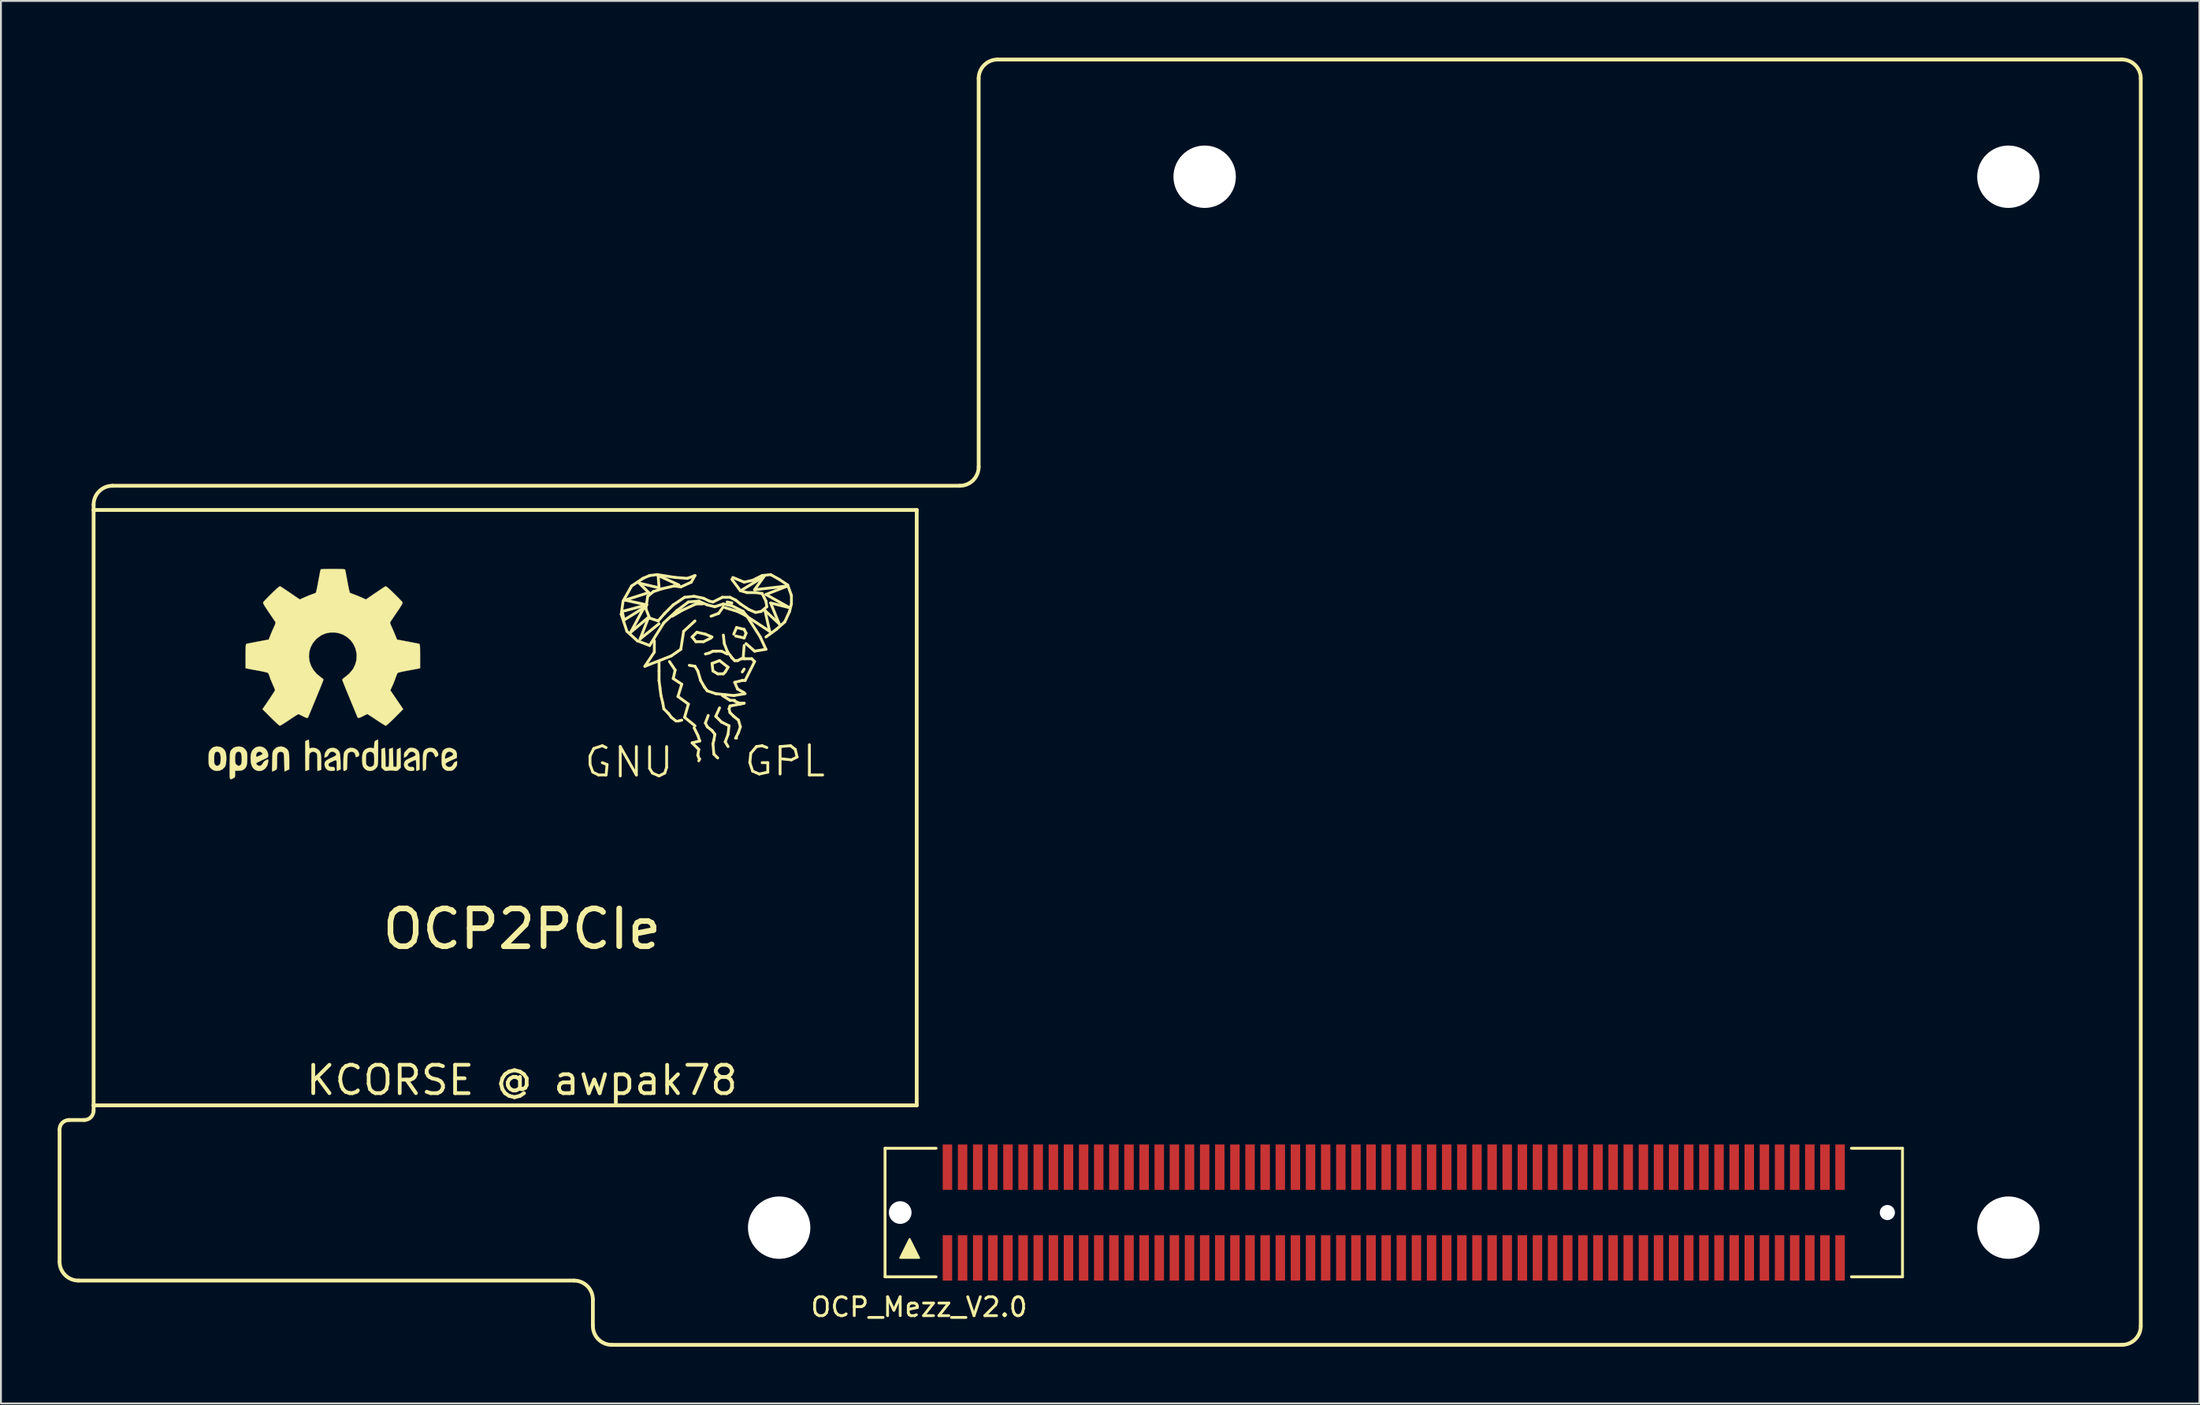
<source format=kicad_pcb>
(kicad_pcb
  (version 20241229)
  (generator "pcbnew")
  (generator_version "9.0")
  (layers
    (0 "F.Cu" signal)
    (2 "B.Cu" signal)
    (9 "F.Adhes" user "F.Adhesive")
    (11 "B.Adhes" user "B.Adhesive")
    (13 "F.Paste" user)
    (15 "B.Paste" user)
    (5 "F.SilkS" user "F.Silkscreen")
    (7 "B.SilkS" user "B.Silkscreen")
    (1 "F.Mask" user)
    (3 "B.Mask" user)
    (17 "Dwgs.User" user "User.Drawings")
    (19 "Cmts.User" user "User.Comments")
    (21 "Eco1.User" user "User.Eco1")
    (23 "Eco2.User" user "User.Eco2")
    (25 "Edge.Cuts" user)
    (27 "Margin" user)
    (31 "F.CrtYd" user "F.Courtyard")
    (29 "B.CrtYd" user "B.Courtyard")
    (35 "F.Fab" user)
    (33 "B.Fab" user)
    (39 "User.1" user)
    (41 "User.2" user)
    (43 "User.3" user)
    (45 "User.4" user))
  (footprint "OCP_Mezz_V2.0"
    (layer "F.Cu")
    (at 44.55 61.1)
    (property "Reference" "OCP_Mezz_V2.0" (at 1 5 0) (layer "F.SilkS") (effects (font (size 1 1) (thickness 0.15))))
    (attr through_hole)
    (fp_line (start -44.45 -4.395) (end -44.45 2.6) (stroke (width 0.2) (type solid)) (layer "F.SilkS"))
    (fp_line (start -43.45 3.6) (end -17.25 3.6) (stroke (width 0.2) (type solid)) (layer "F.SilkS"))
    (fp_line (start -43.15 -4.895) (end -43.95 -4.895) (stroke (width 0.2) (type solid)) (layer "F.SilkS"))
    (fp_line (start -42.65 -37.17) (end -42.65 -37.45) (stroke (width 0.2) (type solid)) (layer "F.SilkS"))
    (fp_line (start -42.65 -37.17) (end -42.65 -5.67) (stroke (width 0.2) (type solid)) (layer "F.SilkS"))
    (fp_line (start -42.65 -5.67) (end 0.875 -5.67) (stroke (width 0.2) (type solid)) (layer "F.SilkS"))
    (fp_line (start -42.65 -5.395) (end -42.65 -5.67) (stroke (width 0.2) (type solid)) (layer "F.SilkS"))
    (fp_line (start -16.401 -24.15) (end -16.401 -23.701) (stroke (width 0.15) (type solid)) (layer "F.SilkS"))
    (fp_line (start -16.401 -23.701) (end -16.251 -23.299) (stroke (width 0.15) (type solid)) (layer "F.SilkS"))
    (fp_line (start -16.251 -23.299) (end -15.951 -23.15) (stroke (width 0.15) (type solid)) (layer "F.SilkS"))
    (fp_line (start -16.25 6) (end -16.25 4.6) (stroke (width 0.2) (type solid)) (layer "F.SilkS"))
    (fp_line (start -16.2 -24.549) (end -16.401 -24.15) (stroke (width 0.15) (type solid)) (layer "F.SilkS"))
    (fp_line (start -15.951 -23.15) (end -15.55 -23.15) (stroke (width 0.15) (type solid)) (layer "F.SilkS"))
    (fp_line (start -15.751 -24.699) (end -16.2 -24.549) (stroke (width 0.15) (type solid)) (layer "F.SilkS"))
    (fp_line (start -15.55 -24.6) (end -15.751 -24.699) (stroke (width 0.15) (type solid)) (layer "F.SilkS"))
    (fp_line (start -15.55 -23.15) (end -15.499 -23.701) (stroke (width 0.15) (type solid)) (layer "F.SilkS"))
    (fp_line (start -15.499 -23.701) (end -15.751 -23.8) (stroke (width 0.15) (type solid)) (layer "F.SilkS"))
    (fp_line (start -15.25 7) (end 64.6 7) (stroke (width 0.2) (type solid)) (layer "F.SilkS"))
    (fp_line (start -14.801 -24.651) (end -13.95 -23.15) (stroke (width 0.15) (type solid)) (layer "F.SilkS"))
    (fp_line (start -14.801 -23.099) (end -14.801 -24.651) (stroke (width 0.15) (type solid)) (layer "F.SilkS"))
    (fp_line (start -14.75 -31.651) (end -14.45 -30.749) (stroke (width 0.15) (type solid)) (layer "F.SilkS"))
    (fp_line (start -14.699 -31.801) (end -13.401 -32.149) (stroke (width 0.15) (type solid)) (layer "F.SilkS"))
    (fp_line (start -14.651 -32.349) (end -14.75 -31.651) (stroke (width 0.15) (type solid)) (layer "F.SilkS"))
    (fp_line (start -14.6 -31.349) (end -14.699 -31.801) (stroke (width 0.15) (type solid)) (layer "F.SilkS"))
    (fp_line (start -14.549 -32.4) (end -13.299 -32.799) (stroke (width 0.15) (type solid)) (layer "F.SilkS"))
    (fp_line (start -14.45 -30.749) (end -13.899 -30.249) (stroke (width 0.15) (type solid)) (layer "F.SilkS"))
    (fp_line (start -14.249 -30.701) (end -13.551 -31.999) (stroke (width 0.15) (type solid)) (layer "F.SilkS"))
    (fp_line (start -14.201 -33.15) (end -14.651 -32.349) (stroke (width 0.15) (type solid)) (layer "F.SilkS"))
    (fp_line (start -13.95 -23.15) (end -13.95 -24.651) (stroke (width 0.15) (type solid)) (layer "F.SilkS"))
    (fp_line (start -13.899 -30.249) (end -13.251 -30) (stroke (width 0.15) (type solid)) (layer "F.SilkS"))
    (fp_line (start -13.8 -33.299) (end -12.751 -33.051) (stroke (width 0.15) (type solid)) (layer "F.SilkS"))
    (fp_line (start -13.749 -30.351) (end -13.299 -31.501) (stroke (width 0.15) (type solid)) (layer "F.SilkS"))
    (fp_line (start -13.599 -33.551) (end -14.201 -33.15) (stroke (width 0.15) (type solid)) (layer "F.SilkS"))
    (fp_line (start -13.551 -31.999) (end -14.6 -31.349) (stroke (width 0.15) (type solid)) (layer "F.SilkS"))
    (fp_line (start -13.5 -28.9) (end -12.101 -29.449) (stroke (width 0.15) (type solid)) (layer "F.SilkS"))
    (fp_line (start -13.449 -31.951) (end -13.35 -32.601) (stroke (width 0.15) (type solid)) (layer "F.SilkS"))
    (fp_line (start -13.401 -32.149) (end -14.549 -32.4) (stroke (width 0.15) (type solid)) (layer "F.SilkS"))
    (fp_line (start -13.35 -32.601) (end -13.051 -32.85) (stroke (width 0.15) (type solid)) (layer "F.SilkS"))
    (fp_line (start -13.299 -32.799) (end -13.8 -33.299) (stroke (width 0.15) (type solid)) (layer "F.SilkS"))
    (fp_line (start -13.299 -31.501) (end -14.249 -30.701) (stroke (width 0.15) (type solid)) (layer "F.SilkS"))
    (fp_line (start -13.251 -33.701) (end -13.599 -33.551) (stroke (width 0.15) (type solid)) (layer "F.SilkS"))
    (fp_line (start -13.251 -31.45) (end -13.449 -31.951) (stroke (width 0.15) (type solid)) (layer "F.SilkS"))
    (fp_line (start -13.251 -30) (end -12.499 -31.199) (stroke (width 0.15) (type solid)) (layer "F.SilkS"))
    (fp_line (start -13.251 -24.651) (end -13.251 -23.5) (stroke (width 0.15) (type solid)) (layer "F.SilkS"))
    (fp_line (start -13.251 -23.5) (end -13.099 -23.251) (stroke (width 0.15) (type solid)) (layer "F.SilkS"))
    (fp_line (start -13.099 -23.251) (end -12.751 -23.099) (stroke (width 0.15) (type solid)) (layer "F.SilkS"))
    (fp_line (start -13.051 -32.85) (end -12.601 -33) (stroke (width 0.15) (type solid)) (layer "F.SilkS"))
    (fp_line (start -13 -30.249) (end -13 -29.649) (stroke (width 0.15) (type solid)) (layer "F.SilkS"))
    (fp_line (start -13 -29.649) (end -13.5 -28.9) (stroke (width 0.15) (type solid)) (layer "F.SilkS"))
    (fp_line (start -12.85 -33.749) (end -13.251 -33.701) (stroke (width 0.15) (type solid)) (layer "F.SilkS"))
    (fp_line (start -12.799 -33.701) (end -11.699 -33.2) (stroke (width 0.15) (type solid)) (layer "F.SilkS"))
    (fp_line (start -12.799 -31.3) (end -13.251 -31.45) (stroke (width 0.15) (type solid)) (layer "F.SilkS"))
    (fp_line (start -12.751 -33.051) (end -12.799 -33.701) (stroke (width 0.15) (type solid)) (layer "F.SilkS"))
    (fp_line (start -12.751 -31.151) (end -13.749 -30.351) (stroke (width 0.15) (type solid)) (layer "F.SilkS"))
    (fp_line (start -12.751 -28.651) (end -12.751 -29.149) (stroke (width 0.15) (type solid)) (layer "F.SilkS"))
    (fp_line (start -12.751 -28.151) (end -12.751 -28.651) (stroke (width 0.15) (type solid)) (layer "F.SilkS"))
    (fp_line (start -12.751 -23.099) (end -12.451 -23.251) (stroke (width 0.15) (type solid)) (layer "F.SilkS"))
    (fp_line (start -12.7 -27.75) (end -12.751 -28.151) (stroke (width 0.15) (type solid)) (layer "F.SilkS"))
    (fp_line (start -12.649 -27.351) (end -12.7 -27.75) (stroke (width 0.15) (type solid)) (layer "F.SilkS"))
    (fp_line (start -12.601 -33) (end -11.951 -33.15) (stroke (width 0.15) (type solid)) (layer "F.SilkS"))
    (fp_line (start -12.55 -26.949) (end -12.649 -27.351) (stroke (width 0.15) (type solid)) (layer "F.SilkS"))
    (fp_line (start -12.499 -31.199) (end -11.801 -31.849) (stroke (width 0.15) (type solid)) (layer "F.SilkS"))
    (fp_line (start -12.499 -26.65) (end -12.55 -26.949) (stroke (width 0.15) (type solid)) (layer "F.SilkS"))
    (fp_line (start -12.451 -31.699) (end -12.799 -31.3) (stroke (width 0.15) (type solid)) (layer "F.SilkS"))
    (fp_line (start -12.451 -23.251) (end -12.35 -23.551) (stroke (width 0.15) (type solid)) (layer "F.SilkS"))
    (fp_line (start -12.35 -23.551) (end -12.35 -24.651) (stroke (width 0.15) (type solid)) (layer "F.SilkS"))
    (fp_line (start -12.25 -26.401) (end -12.499 -26.65) (stroke (width 0.15) (type solid)) (layer "F.SilkS"))
    (fp_line (start -12.2 -29.149) (end -11.9 -28.7) (stroke (width 0.15) (type solid)) (layer "F.SilkS"))
    (fp_line (start -12.101 -29.449) (end -11.6 -29.799) (stroke (width 0.15) (type solid)) (layer "F.SilkS"))
    (fp_line (start -12.101 -26.2) (end -12.25 -26.401) (stroke (width 0.15) (type solid)) (layer "F.SilkS"))
    (fp_line (start -12.05 -31.549) (end -11.549 -31.849) (stroke (width 0.15) (type solid)) (layer "F.SilkS"))
    (fp_line (start -11.999 -32.149) (end -12.451 -31.699) (stroke (width 0.15) (type solid)) (layer "F.SilkS"))
    (fp_line (start -11.999 -28.25) (end -11.549 -27.95) (stroke (width 0.15) (type solid)) (layer "F.SilkS"))
    (fp_line (start -11.951 -33.15) (end -11.6 -33.099) (stroke (width 0.15) (type solid)) (layer "F.SilkS"))
    (fp_line (start -11.9 -33.599) (end -12.85 -33.749) (stroke (width 0.15) (type solid)) (layer "F.SilkS"))
    (fp_line (start -11.9 -28.7) (end -11.999 -28.25) (stroke (width 0.15) (type solid)) (layer "F.SilkS"))
    (fp_line (start -11.849 -26) (end -12.101 -26.2) (stroke (width 0.15) (type solid)) (layer "F.SilkS"))
    (fp_line (start -11.801 -31.849) (end -11.199 -32.301) (stroke (width 0.15) (type solid)) (layer "F.SilkS"))
    (fp_line (start -11.75 -27.3) (end -11.199 -26.901) (stroke (width 0.15) (type solid)) (layer "F.SilkS"))
    (fp_line (start -11.75 -26) (end -11.549 -26.05) (stroke (width 0.15) (type solid)) (layer "F.SilkS"))
    (fp_line (start -11.6 -33.099) (end -11.049 -33.35) (stroke (width 0.15) (type solid)) (layer "F.SilkS"))
    (fp_line (start -11.6 -29.799) (end -11.45 -30.749) (stroke (width 0.15) (type solid)) (layer "F.SilkS"))
    (fp_line (start -11.549 -31.849) (end -10.8 -32.2) (stroke (width 0.15) (type solid)) (layer "F.SilkS"))
    (fp_line (start -11.549 -27.95) (end -11.75 -27.3) (stroke (width 0.15) (type solid)) (layer "F.SilkS"))
    (fp_line (start -11.45 -30.749) (end -10.851 -31.3) (stroke (width 0.15) (type solid)) (layer "F.SilkS"))
    (fp_line (start -11.4 -32.55) (end -11.999 -32.149) (stroke (width 0.15) (type solid)) (layer "F.SilkS"))
    (fp_line (start -11.4 -26.2) (end -10.851 -25.751) (stroke (width 0.15) (type solid)) (layer "F.SilkS"))
    (fp_line (start -11.25 -33.551) (end -11.9 -33.599) (stroke (width 0.15) (type solid)) (layer "F.SilkS"))
    (fp_line (start -11.199 -32.301) (end -10.65 -32.349) (stroke (width 0.15) (type solid)) (layer "F.SilkS"))
    (fp_line (start -11.199 -26.901) (end -11.4 -26.2) (stroke (width 0.15) (type solid)) (layer "F.SilkS"))
    (fp_line (start -11.049 -33.35) (end -10.851 -33.701) (stroke (width 0.15) (type solid)) (layer "F.SilkS"))
    (fp_line (start -11.001 -30.45) (end -10.8 -30.201) (stroke (width 0.15) (type solid)) (layer "F.SilkS"))
    (fp_line (start -11.001 -24.849) (end -10.65 -24.501) (stroke (width 0.15) (type solid)) (layer "F.SilkS"))
    (fp_line (start -10.899 -32.601) (end -11.4 -32.55) (stroke (width 0.15) (type solid)) (layer "F.SilkS"))
    (fp_line (start -10.899 -25.649) (end -10.701 -25.25) (stroke (width 0.15) (type solid)) (layer "F.SilkS"))
    (fp_line (start -10.851 -33.701) (end -11.25 -33.551) (stroke (width 0.15) (type solid)) (layer "F.SilkS"))
    (fp_line (start -10.851 -28.9) (end -11.151 -28.951) (stroke (width 0.15) (type solid)) (layer "F.SilkS"))
    (fp_line (start -10.8 -32.2) (end -10.45 -32.2) (stroke (width 0.15) (type solid)) (layer "F.SilkS"))
    (fp_line (start -10.8 -30.201) (end -10.399 -30.201) (stroke (width 0.15) (type solid)) (layer "F.SilkS"))
    (fp_line (start -10.749 -30.701) (end -11.001 -30.45) (stroke (width 0.15) (type solid)) (layer "F.SilkS"))
    (fp_line (start -10.701 -28.651) (end -10.851 -28.9) (stroke (width 0.15) (type solid)) (layer "F.SilkS"))
    (fp_line (start -10.701 -25.25) (end -10.599 -24.95) (stroke (width 0.15) (type solid)) (layer "F.SilkS"))
    (fp_line (start -10.701 -24.201) (end -10.65 -24.049) (stroke (width 0.15) (type solid)) (layer "F.SilkS"))
    (fp_line (start -10.65 -32.349) (end -10.201 -32.149) (stroke (width 0.15) (type solid)) (layer "F.SilkS"))
    (fp_line (start -10.65 -24.501) (end -10.701 -24.201) (stroke (width 0.15) (type solid)) (layer "F.SilkS"))
    (fp_line (start -10.599 -24.95) (end -11.001 -24.849) (stroke (width 0.15) (type solid)) (layer "F.SilkS"))
    (fp_line (start -10.599 -24.001) (end -10.65 -23.899) (stroke (width 0.15) (type solid)) (layer "F.SilkS"))
    (fp_line (start -10.551 -28.151) (end -10.701 -28.651) (stroke (width 0.15) (type solid)) (layer "F.SilkS"))
    (fp_line (start -10.399 -32.499) (end -10.899 -32.601) (stroke (width 0.15) (type solid)) (layer "F.SilkS"))
    (fp_line (start -10.399 -30.201) (end -10 -30.399) (stroke (width 0.15) (type solid)) (layer "F.SilkS"))
    (fp_line (start -10.351 -27.8) (end -10.551 -28.151) (stroke (width 0.15) (type solid)) (layer "F.SilkS"))
    (fp_line (start -10.3 -30.599) (end -10.749 -30.701) (stroke (width 0.15) (type solid)) (layer "F.SilkS"))
    (fp_line (start -10.3 -25.9) (end -10.201 -25.7) (stroke (width 0.15) (type solid)) (layer "F.SilkS"))
    (fp_line (start -10.201 -32.149) (end -9.799 -32.05) (stroke (width 0.15) (type solid)) (layer "F.SilkS"))
    (fp_line (start -10.201 -27.6) (end -10.351 -27.8) (stroke (width 0.15) (type solid)) (layer "F.SilkS"))
    (fp_line (start -10.201 -25.7) (end -9.949 -25.499) (stroke (width 0.15) (type solid)) (layer "F.SilkS"))
    (fp_line (start -10.15 -26.299) (end -10.3 -25.9) (stroke (width 0.15) (type solid)) (layer "F.SilkS"))
    (fp_line (start -10.099 -32.349) (end -10.399 -32.499) (stroke (width 0.15) (type solid)) (layer "F.SilkS"))
    (fp_line (start -10.099 -29.601) (end -10.3 -29.55) (stroke (width 0.15) (type solid)) (layer "F.SilkS"))
    (fp_line (start -10 -31.549) (end -9.601 -31.699) (stroke (width 0.15) (type solid)) (layer "F.SilkS"))
    (fp_line (start -9.949 -30.45) (end -10.3 -30.599) (stroke (width 0.15) (type solid)) (layer "F.SilkS"))
    (fp_line (start -9.949 -29.05) (end -9.901 -28.651) (stroke (width 0.15) (type solid)) (layer "F.SilkS"))
    (fp_line (start -9.949 -25.499) (end -9.799 -25.301) (stroke (width 0.15) (type solid)) (layer "F.SilkS"))
    (fp_line (start -9.901 -32.301) (end -10.099 -32.349) (stroke (width 0.15) (type solid)) (layer "F.SilkS"))
    (fp_line (start -9.901 -29.7) (end -10.099 -29.601) (stroke (width 0.15) (type solid)) (layer "F.SilkS"))
    (fp_line (start -9.901 -28.651) (end -9.649 -28.499) (stroke (width 0.15) (type solid)) (layer "F.SilkS"))
    (fp_line (start -9.901 -24.801) (end -9.85 -24.249) (stroke (width 0.15) (type solid)) (layer "F.SilkS"))
    (fp_line (start -9.85 -24.999) (end -9.901 -24.801) (stroke (width 0.15) (type solid)) (layer "F.SilkS"))
    (fp_line (start -9.85 -24.249) (end -9.649 -24.049) (stroke (width 0.15) (type solid)) (layer "F.SilkS"))
    (fp_line (start -9.799 -32.05) (end -9.35 -32.2) (stroke (width 0.15) (type solid)) (layer "F.SilkS"))
    (fp_line (start -9.799 -25.301) (end -9.85 -24.999) (stroke (width 0.15) (type solid)) (layer "F.SilkS"))
    (fp_line (start -9.751 -29.7) (end -9.901 -29.7) (stroke (width 0.15) (type solid)) (layer "F.SilkS"))
    (fp_line (start -9.751 -27.45) (end -10.201 -27.6) (stroke (width 0.15) (type solid)) (layer "F.SilkS"))
    (fp_line (start -9.751 -26.251) (end -9.449 -25.951) (stroke (width 0.15) (type solid)) (layer "F.SilkS"))
    (fp_line (start -9.649 -28.499) (end -9.35 -28.499) (stroke (width 0.15) (type solid)) (layer "F.SilkS"))
    (fp_line (start -9.601 -31.699) (end -9.35 -32.05) (stroke (width 0.15) (type solid)) (layer "F.SilkS"))
    (fp_line (start -9.55 -29.2) (end -9.949 -29.05) (stroke (width 0.15) (type solid)) (layer "F.SilkS"))
    (fp_line (start -9.55 -26.701) (end -9.751 -26.251) (stroke (width 0.15) (type solid)) (layer "F.SilkS"))
    (fp_line (start -9.449 -29.7) (end -9.751 -29.7) (stroke (width 0.15) (type solid)) (layer "F.SilkS"))
    (fp_line (start -9.449 -25.951) (end -9.05 -25.751) (stroke (width 0.15) (type solid)) (layer "F.SilkS"))
    (fp_line (start -9.401 -32.55) (end -9.901 -32.301) (stroke (width 0.15) (type solid)) (layer "F.SilkS"))
    (fp_line (start -9.401 -27.351) (end -8.999 -27.099) (stroke (width 0.15) (type solid)) (layer "F.SilkS"))
    (fp_line (start -9.35 -32.2) (end -8.9 -32.101) (stroke (width 0.15) (type solid)) (layer "F.SilkS"))
    (fp_line (start -9.35 -30.551) (end -9.299 -30.099) (stroke (width 0.15) (type solid)) (layer "F.SilkS"))
    (fp_line (start -9.35 -28.499) (end -9.251 -28.6) (stroke (width 0.15) (type solid)) (layer "F.SilkS"))
    (fp_line (start -9.299 -30.099) (end -9.149 -29.7) (stroke (width 0.15) (type solid)) (layer "F.SilkS"))
    (fp_line (start -9.251 -31.999) (end -8.6 -31.801) (stroke (width 0.15) (type solid)) (layer "F.SilkS"))
    (fp_line (start -9.251 -28.6) (end -9.101 -28.849) (stroke (width 0.15) (type solid)) (layer "F.SilkS"))
    (fp_line (start -9.251 -27.399) (end -9.751 -27.45) (stroke (width 0.15) (type solid)) (layer "F.SilkS"))
    (fp_line (start -9.251 -24.9) (end -9.101 -24.651) (stroke (width 0.15) (type solid)) (layer "F.SilkS"))
    (fp_line (start -9.149 -32.301) (end -8.9 -32.25) (stroke (width 0.15) (type solid)) (layer "F.SilkS"))
    (fp_line (start -9.149 -29.7) (end -9.05 -29.55) (stroke (width 0.15) (type solid)) (layer "F.SilkS"))
    (fp_line (start -9.149 -29.55) (end -9.449 -29.7) (stroke (width 0.15) (type solid)) (layer "F.SilkS"))
    (fp_line (start -9.101 -28.849) (end -9.55 -29.2) (stroke (width 0.15) (type solid)) (layer "F.SilkS"))
    (fp_line (start -9.101 -25.301) (end -9.251 -24.9) (stroke (width 0.15) (type solid)) (layer "F.SilkS"))
    (fp_line (start -9.05 -26.65) (end -8.999 -26.449) (stroke (width 0.15) (type solid)) (layer "F.SilkS"))
    (fp_line (start -9.05 -25.751) (end -9.101 -25.301) (stroke (width 0.15) (type solid)) (layer "F.SilkS"))
    (fp_line (start -8.999 -32.55) (end -9.401 -32.55) (stroke (width 0.15) (type solid)) (layer "F.SilkS"))
    (fp_line (start -8.999 -29.5) (end -8.9 -29.35) (stroke (width 0.15) (type solid)) (layer "F.SilkS"))
    (fp_line (start -8.999 -27.099) (end -8.75 -27.099) (stroke (width 0.15) (type solid)) (layer "F.SilkS"))
    (fp_line (start -8.999 -26.8) (end -9.05 -26.65) (stroke (width 0.15) (type solid)) (layer "F.SilkS"))
    (fp_line (start -8.999 -26.449) (end -8.801 -26.251) (stroke (width 0.15) (type solid)) (layer "F.SilkS"))
    (fp_line (start -8.9 -33.5) (end -8.451 -32.901) (stroke (width 0.15) (type solid)) (layer "F.SilkS"))
    (fp_line (start -8.9 -32.101) (end -8.301 -31.801) (stroke (width 0.15) (type solid)) (layer "F.SilkS"))
    (fp_line (start -8.9 -29.35) (end -8.75 -29.2) (stroke (width 0.15) (type solid)) (layer "F.SilkS"))
    (fp_line (start -8.849 -33.599) (end -8.25 -33.35) (stroke (width 0.15) (type solid)) (layer "F.SilkS"))
    (fp_line (start -8.801 -30.599) (end -8.651 -30.95) (stroke (width 0.15) (type solid)) (layer "F.SilkS"))
    (fp_line (start -8.801 -27.351) (end -9.251 -27.399) (stroke (width 0.15) (type solid)) (layer "F.SilkS"))
    (fp_line (start -8.801 -26.251) (end -8.55 -26.05) (stroke (width 0.15) (type solid)) (layer "F.SilkS"))
    (fp_line (start -8.75 -29.2) (end -8.6 -29.2) (stroke (width 0.15) (type solid)) (layer "F.SilkS"))
    (fp_line (start -8.75 -28.049) (end -8.6 -27.699) (stroke (width 0.15) (type solid)) (layer "F.SilkS"))
    (fp_line (start -8.75 -27.051) (end -8.499 -26.949) (stroke (width 0.15) (type solid)) (layer "F.SilkS"))
    (fp_line (start -8.7 -32.4) (end -8.999 -32.55) (stroke (width 0.15) (type solid)) (layer "F.SilkS"))
    (fp_line (start -8.7 -25.1) (end -8.651 -25.1) (stroke (width 0.15) (type solid)) (layer "F.SilkS"))
    (fp_line (start -8.651 -30.95) (end -8.25 -30.851) (stroke (width 0.15) (type solid)) (layer "F.SilkS"))
    (fp_line (start -8.6 -31.801) (end -8.199 -31.6) (stroke (width 0.15) (type solid)) (layer "F.SilkS"))
    (fp_line (start -8.6 -29.2) (end -8.4 -29.299) (stroke (width 0.15) (type solid)) (layer "F.SilkS"))
    (fp_line (start -8.6 -27.699) (end -8.25 -27.501) (stroke (width 0.15) (type solid)) (layer "F.SilkS"))
    (fp_line (start -8.55 -26.05) (end -8.451 -25.7) (stroke (width 0.15) (type solid)) (layer "F.SilkS"))
    (fp_line (start -8.55 -25.4) (end -8.7 -25.1) (stroke (width 0.15) (type solid)) (layer "F.SilkS"))
    (fp_line (start -8.499 -26.949) (end -8.25 -26.949) (stroke (width 0.15) (type solid)) (layer "F.SilkS"))
    (fp_line (start -8.451 -32.901) (end -8.1 -32.799) (stroke (width 0.15) (type solid)) (layer "F.SilkS"))
    (fp_line (start -8.451 -32.2) (end -8.7 -32.4) (stroke (width 0.15) (type solid)) (layer "F.SilkS"))
    (fp_line (start -8.451 -26.901) (end -8.999 -26.8) (stroke (width 0.15) (type solid)) (layer "F.SilkS"))
    (fp_line (start -8.451 -25.7) (end -8.55 -25.4) (stroke (width 0.15) (type solid)) (layer "F.SilkS"))
    (fp_line (start -8.4 -29.299) (end -8.199 -29.299) (stroke (width 0.15) (type solid)) (layer "F.SilkS"))
    (fp_line (start -8.349 -28.151) (end -8.75 -28.049) (stroke (width 0.15) (type solid)) (layer "F.SilkS"))
    (fp_line (start -8.301 -31.801) (end -8.1 -31.549) (stroke (width 0.15) (type solid)) (layer "F.SilkS"))
    (fp_line (start -8.25 -33.35) (end -7.8 -33.449) (stroke (width 0.15) (type solid)) (layer "F.SilkS"))
    (fp_line (start -8.25 -30.851) (end -8.151 -30.65) (stroke (width 0.15) (type solid)) (layer "F.SilkS"))
    (fp_line (start -8.25 -30.399) (end -8.7 -30.5) (stroke (width 0.15) (type solid)) (layer "F.SilkS"))
    (fp_line (start -8.25 -30) (end -8.301 -29.35) (stroke (width 0.15) (type solid)) (layer "F.SilkS"))
    (fp_line (start -8.25 -29.299) (end -7.851 -29.299) (stroke (width 0.15) (type solid)) (layer "F.SilkS"))
    (fp_line (start -8.25 -28.75) (end -8.349 -28.6) (stroke (width 0.15) (type solid)) (layer "F.SilkS"))
    (fp_line (start -8.25 -26.949) (end -8.451 -26.901) (stroke (width 0.15) (type solid)) (layer "F.SilkS"))
    (fp_line (start -8.199 -31.6) (end -6.901 -30.749) (stroke (width 0.15) (type solid)) (layer "F.SilkS"))
    (fp_line (start -8.199 -28.151) (end -8.349 -28.151) (stroke (width 0.15) (type solid)) (layer "F.SilkS"))
    (fp_line (start -8.199 -27.45) (end -8.801 -27.351) (stroke (width 0.15) (type solid)) (layer "F.SilkS"))
    (fp_line (start -8.151 -30.65) (end -8.25 -30.399) (stroke (width 0.15) (type solid)) (layer "F.SilkS"))
    (fp_line (start -8.1 -32.799) (end -7.651 -32.799) (stroke (width 0.15) (type solid)) (layer "F.SilkS"))
    (fp_line (start -8.1 -31.549) (end -7.399 -30.45) (stroke (width 0.15) (type solid)) (layer "F.SilkS"))
    (fp_line (start -8.001 -31.9) (end -8.451 -32.2) (stroke (width 0.15) (type solid)) (layer "F.SilkS"))
    (fp_line (start -7.95 -23.8) (end -7.8 -23.35) (stroke (width 0.15) (type solid)) (layer "F.SilkS"))
    (fp_line (start -7.899 -24.3) (end -7.95 -23.8) (stroke (width 0.15) (type solid)) (layer "F.SilkS"))
    (fp_line (start -7.851 -29.299) (end -7.699 -29.149) (stroke (width 0.15) (type solid)) (layer "F.SilkS"))
    (fp_line (start -7.8 -33.449) (end -7.3 -33.701) (stroke (width 0.15) (type solid)) (layer "F.SilkS"))
    (fp_line (start -7.8 -23.35) (end -7.45 -23.2) (stroke (width 0.15) (type solid)) (layer "F.SilkS"))
    (fp_line (start -7.699 -32.949) (end -7.201 -33.65) (stroke (width 0.15) (type solid)) (layer "F.SilkS"))
    (fp_line (start -7.699 -29.7) (end -8.151 -30.099) (stroke (width 0.15) (type solid)) (layer "F.SilkS"))
    (fp_line (start -7.699 -29.149) (end -8.199 -28.151) (stroke (width 0.15) (type solid)) (layer "F.SilkS"))
    (fp_line (start -7.651 -32.799) (end -7.3 -32.751) (stroke (width 0.15) (type solid)) (layer "F.SilkS"))
    (fp_line (start -7.651 -31.75) (end -8.001 -31.9) (stroke (width 0.15) (type solid)) (layer "F.SilkS"))
    (fp_line (start -7.6 -24.651) (end -7.899 -24.3) (stroke (width 0.15) (type solid)) (layer "F.SilkS"))
    (fp_line (start -7.45 -23.2) (end -7 -23.299) (stroke (width 0.15) (type solid)) (layer "F.SilkS"))
    (fp_line (start -7.399 -30.45) (end -7.099 -29.799) (stroke (width 0.15) (type solid)) (layer "F.SilkS"))
    (fp_line (start -7.351 -31.801) (end -7.651 -31.75) (stroke (width 0.15) (type solid)) (layer "F.SilkS"))
    (fp_line (start -7.3 -33.701) (end -6.85 -33.749) (stroke (width 0.15) (type solid)) (layer "F.SilkS"))
    (fp_line (start -7.3 -32.751) (end -7.099 -32.349) (stroke (width 0.15) (type solid)) (layer "F.SilkS"))
    (fp_line (start -7.3 -24.699) (end -7.6 -24.651) (stroke (width 0.15) (type solid)) (layer "F.SilkS"))
    (fp_line (start -7.201 -33.65) (end -8.349 -32.949) (stroke (width 0.15) (type solid)) (layer "F.SilkS"))
    (fp_line (start -7.15 -31.849) (end -6.401 -31.151) (stroke (width 0.15) (type solid)) (layer "F.SilkS"))
    (fp_line (start -7.099 -32.7) (end -5.951 -33.15) (stroke (width 0.15) (type solid)) (layer "F.SilkS"))
    (fp_line (start -7.099 -32.349) (end -7.051 -32.05) (stroke (width 0.15) (type solid)) (layer "F.SilkS"))
    (fp_line (start -7.099 -29.799) (end -7.699 -29.7) (stroke (width 0.15) (type solid)) (layer "F.SilkS"))
    (fp_line (start -7.051 -32.05) (end -7.351 -31.801) (stroke (width 0.15) (type solid)) (layer "F.SilkS"))
    (fp_line (start -7.051 -24.6) (end -7.3 -24.699) (stroke (width 0.15) (type solid)) (layer "F.SilkS"))
    (fp_line (start -7 -23.8) (end -7.3 -23.8) (stroke (width 0.15) (type solid)) (layer "F.SilkS"))
    (fp_line (start -7 -23.299) (end -7 -23.8) (stroke (width 0.15) (type solid)) (layer "F.SilkS"))
    (fp_line (start -6.901 -30.749) (end -7.15 -31.849) (stroke (width 0.15) (type solid)) (layer "F.SilkS"))
    (fp_line (start -6.85 -33.749) (end -6.401 -33.5) (stroke (width 0.15) (type solid)) (layer "F.SilkS"))
    (fp_line (start -6.85 -32.25) (end -5.85 -31.999) (stroke (width 0.15) (type solid)) (layer "F.SilkS"))
    (fp_line (start -6.551 -30.851) (end -7.099 -30.45) (stroke (width 0.15) (type solid)) (layer "F.SilkS"))
    (fp_line (start -6.401 -33.5) (end -5.951 -33.2) (stroke (width 0.15) (type solid)) (layer "F.SilkS"))
    (fp_line (start -6.401 -31.151) (end -6.85 -32.25) (stroke (width 0.15) (type solid)) (layer "F.SilkS"))
    (fp_line (start -6.35 -24.651) (end -5.799 -24.699) (stroke (width 0.15) (type solid)) (layer "F.SilkS"))
    (fp_line (start -6.35 -23.2) (end -6.35 -24.651) (stroke (width 0.15) (type solid)) (layer "F.SilkS"))
    (fp_line (start -6.101 -31.25) (end -6.551 -30.851) (stroke (width 0.15) (type solid)) (layer "F.SilkS"))
    (fp_line (start -5.951 -33.2) (end -5.751 -32.649) (stroke (width 0.15) (type solid)) (layer "F.SilkS"))
    (fp_line (start -5.951 -33.15) (end -7.699 -32.949) (stroke (width 0.15) (type solid)) (layer "F.SilkS"))
    (fp_line (start -5.85 -31.999) (end -7.099 -32.7) (stroke (width 0.15) (type solid)) (layer "F.SilkS"))
    (fp_line (start -5.85 -31.801) (end -6.101 -31.25) (stroke (width 0.15) (type solid)) (layer "F.SilkS"))
    (fp_line (start -5.799 -24.699) (end -5.55 -24.501) (stroke (width 0.15) (type solid)) (layer "F.SilkS"))
    (fp_line (start -5.751 -32.649) (end -5.751 -32.2) (stroke (width 0.15) (type solid)) (layer "F.SilkS"))
    (fp_line (start -5.751 -32.2) (end -5.85 -31.801) (stroke (width 0.15) (type solid)) (layer "F.SilkS"))
    (fp_line (start -5.751 -23.95) (end -6.251 -24.001) (stroke (width 0.15) (type solid)) (layer "F.SilkS"))
    (fp_line (start -5.55 -24.501) (end -5.451 -24.1) (stroke (width 0.15) (type solid)) (layer "F.SilkS"))
    (fp_line (start -5.451 -24.1) (end -5.751 -23.95) (stroke (width 0.15) (type solid)) (layer "F.SilkS"))
    (fp_line (start -4.801 -24.75) (end -4.801 -23.15) (stroke (width 0.15) (type solid)) (layer "F.SilkS"))
    (fp_line (start -4.801 -23.15) (end -4.1 -23.15) (stroke (width 0.15) (type solid)) (layer "F.SilkS"))
    (fp_line (start -0.8 -3.4) (end 1.9 -3.4) (stroke (width 0.152) (type solid)) (layer "F.SilkS"))
    (fp_line (start -0.8 3.4) (end -0.8 -3.4) (stroke (width 0.152) (type solid)) (layer "F.SilkS"))
    (fp_line (start 0.875 -37.17) (end -42.65 -37.17) (stroke (width 0.2) (type solid)) (layer "F.SilkS"))
    (fp_line (start 0.875 -5.67) (end 0.875 -37.17) (stroke (width 0.2) (type solid)) (layer "F.SilkS"))
    (fp_line (start 1.9 3.4) (end -0.8 3.4) (stroke (width 0.152) (type solid)) (layer "F.SilkS"))
    (fp_line (start 3.15 -38.45) (end -41.65 -38.45) (stroke (width 0.2) (type solid)) (layer "F.SilkS"))
    (fp_line (start 4.15 -60) (end 4.15 -39.45) (stroke (width 0.2) (type solid)) (layer "F.SilkS"))
    (fp_line (start 50.3 -3.4) (end 53 -3.4) (stroke (width 0.152) (type solid)) (layer "F.SilkS"))
    (fp_line (start 53 -3.4) (end 53 3.4) (stroke (width 0.152) (type solid)) (layer "F.SilkS"))
    (fp_line (start 53 3.4) (end 50.3 3.4) (stroke (width 0.152) (type solid)) (layer "F.SilkS"))
    (fp_line (start 64.6 -61) (end 5.15 -61) (stroke (width 0.2) (type solid)) (layer "F.SilkS"))
    (fp_line (start 65.6 6) (end 65.6 -60) (stroke (width 0.2) (type solid)) (layer "F.SilkS"))
    (fp_arc (start -44.45 -4.395001) (mid -44.303553 -4.748554) (end -43.95 -4.895001) (stroke (width 0.2) (type solid)) (layer "F.SilkS"))
    (fp_arc (start -43.45 3.599999) (mid -44.157107 3.307106) (end -44.45 2.599999) (stroke (width 0.2) (type solid)) (layer "F.SilkS"))
    (fp_arc (start -42.65 -37.450001) (mid -42.357107 -38.157108) (end -41.65 -38.450001) (stroke (width 0.2) (type solid)) (layer "F.SilkS"))
    (fp_arc (start -42.65 -5.395001) (mid -42.796447 -5.041448) (end -43.15 -4.895001) (stroke (width 0.2) (type solid)) (layer "F.SilkS"))
    (fp_arc (start -17.25 3.599999) (mid -16.542893 3.892892) (end -16.25 4.599999) (stroke (width 0.2) (type solid)) (layer "F.SilkS"))
    (fp_arc (start -15.25 6.999999) (mid -15.957107 6.707106) (end -16.25 5.999999) (stroke (width 0.2) (type solid)) (layer "F.SilkS"))
    (fp_arc (start 4.15 -60.000001) (mid 4.442893 -60.707108) (end 5.15 -61.000001) (stroke (width 0.2) (type solid)) (layer "F.SilkS"))
    (fp_arc (start 4.15 -39.450001) (mid 3.857107 -38.742894) (end 3.15 -38.450001) (stroke (width 0.2) (type solid)) (layer "F.SilkS"))
    (fp_arc (start 64.6 -61.000001) (mid 65.307107 -60.707108) (end 65.6 -60.000001) (stroke (width 0.2) (type solid)) (layer "F.SilkS"))
    (fp_arc (start 65.6 5.999999) (mid 65.307107 6.707106) (end 64.6 6.999999) (stroke (width 0.2) (type solid)) (layer "F.SilkS"))
    (fp_poly (pts (xy 1 2.4) (xy 0 2.4) (xy 0.5 1.4)) (stroke (width 0.1) (type solid)) (fill yes) (layer "F.SilkS"))
    (fp_poly (pts (xy -24.664 -24.56) (xy -24.629 -24.545) (xy -24.546 -24.479) (xy -24.475 -24.383) (xy -24.431 -24.282) (xy -24.424 -24.231) (xy -24.448 -24.161) (xy -24.5 -24.124) (xy -24.557 -24.102) (xy -24.583 -24.098) (xy -24.595 -24.128) (xy -24.62 -24.193) (xy -24.631 -24.223) (xy -24.692 -24.325) (xy -24.781 -24.376) (xy -24.895 -24.374) (xy -24.903 -24.372) (xy -24.964 -24.343) (xy -25.009 -24.287) (xy -25.039 -24.197) (xy -25.057 -24.065) (xy -25.065 -23.886) (xy -25.066 -23.791) (xy -25.066 -23.64) (xy -25.069 -23.538) (xy -25.075 -23.472) (xy -25.088 -23.434) (xy -25.108 -23.412) (xy -25.139 -23.396) (xy -25.14 -23.395) (xy -25.199 -23.371) (xy -25.228 -23.362) (xy -25.232 -23.389) (xy -25.236 -23.465) (xy -25.239 -23.58) (xy -25.241 -23.725) (xy -25.241 -23.83) (xy -25.239 -24.034) (xy -25.233 -24.189) (xy -25.218 -24.304) (xy -25.194 -24.387) (xy -25.158 -24.449) (xy -25.107 -24.497) (xy -25.057 -24.531) (xy -24.937 -24.575) (xy -24.796 -24.585) (xy -24.664 -24.56)) (stroke (width 0.01) (type solid)) (fill yes) (layer "F.SilkS"))
    (fp_poly (pts (xy -32.583 -24.622) (xy -32.489 -24.568) (xy -32.424 -24.514) (xy -32.376 -24.458) (xy -32.343 -24.389) (xy -32.323 -24.298) (xy -32.311 -24.173) (xy -32.307 -24.007) (xy -32.306 -23.887) (xy -32.306 -23.446) (xy -32.431 -23.391) (xy -32.555 -23.335) (xy -32.569 -23.818) (xy -32.575 -23.998) (xy -32.582 -24.129) (xy -32.589 -24.219) (xy -32.6 -24.278) (xy -32.614 -24.315) (xy -32.634 -24.337) (xy -32.64 -24.342) (xy -32.736 -24.38) (xy -32.833 -24.365) (xy -32.89 -24.325) (xy -32.914 -24.297) (xy -32.93 -24.259) (xy -32.94 -24.203) (xy -32.946 -24.117) (xy -32.948 -23.99) (xy -32.949 -23.859) (xy -32.949 -23.694) (xy -32.952 -23.577) (xy -32.961 -23.498) (xy -32.981 -23.448) (xy -33.015 -23.414) (xy -33.068 -23.388) (xy -33.138 -23.362) (xy -33.215 -23.332) (xy -33.206 -23.851) (xy -33.202 -24.037) (xy -33.198 -24.176) (xy -33.192 -24.274) (xy -33.183 -24.344) (xy -33.169 -24.393) (xy -33.15 -24.433) (xy -33.127 -24.467) (xy -33.015 -24.578) (xy -32.878 -24.642) (xy -32.73 -24.658) (xy -32.583 -24.622)) (stroke (width 0.01) (type solid)) (fill yes) (layer "F.SilkS"))
    (fp_poly (pts (xy -28.934 -24.578) (xy -28.801 -24.529) (xy -28.694 -24.443) (xy -28.652 -24.382) (xy -28.606 -24.27) (xy -28.607 -24.189) (xy -28.655 -24.135) (xy -28.673 -24.125) (xy -28.75 -24.097) (xy -28.789 -24.104) (xy -28.802 -24.152) (xy -28.803 -24.179) (xy -28.827 -24.277) (xy -28.891 -24.346) (xy -28.979 -24.38) (xy -29.077 -24.371) (xy -29.157 -24.328) (xy -29.184 -24.303) (xy -29.204 -24.273) (xy -29.217 -24.227) (xy -29.225 -24.157) (xy -29.23 -24.05) (xy -29.235 -23.898) (xy -29.236 -23.85) (xy -29.24 -23.685) (xy -29.244 -23.569) (xy -29.251 -23.492) (xy -29.262 -23.445) (xy -29.278 -23.418) (xy -29.302 -23.402) (xy -29.317 -23.395) (xy -29.382 -23.37) (xy -29.42 -23.362) (xy -29.433 -23.389) (xy -29.441 -23.471) (xy -29.444 -23.61) (xy -29.442 -23.806) (xy -29.441 -23.836) (xy -29.437 -24.015) (xy -29.431 -24.145) (xy -29.424 -24.238) (xy -29.413 -24.302) (xy -29.397 -24.349) (xy -29.374 -24.389) (xy -29.363 -24.406) (xy -29.295 -24.481) (xy -29.22 -24.539) (xy -29.211 -24.544) (xy -29.076 -24.585) (xy -28.934 -24.578)) (stroke (width 0.01) (type solid)) (fill yes) (layer "F.SilkS"))
    (fp_poly (pts (xy -26.42 -24.56) (xy -26.415 -24.483) (xy -26.412 -24.367) (xy -26.41 -24.219) (xy -26.409 -24.065) (xy -26.409 -23.541) (xy -26.501 -23.449) (xy -26.565 -23.392) (xy -26.621 -23.369) (xy -26.697 -23.37) (xy -26.728 -23.374) (xy -26.822 -23.385) (xy -26.901 -23.391) (xy -26.92 -23.392) (xy -26.984 -23.388) (xy -27.076 -23.379) (xy -27.112 -23.374) (xy -27.2 -23.367) (xy -27.259 -23.382) (xy -27.317 -23.428) (xy -27.338 -23.449) (xy -27.431 -23.541) (xy -27.431 -24.52) (xy -27.356 -24.554) (xy -27.292 -24.579) (xy -27.255 -24.588) (xy -27.245 -24.56) (xy -27.236 -24.482) (xy -27.229 -24.364) (xy -27.223 -24.212) (xy -27.22 -24.084) (xy -27.212 -23.581) (xy -27.142 -23.571) (xy -27.079 -23.578) (xy -27.048 -23.6) (xy -27.039 -23.642) (xy -27.032 -23.73) (xy -27.026 -23.855) (xy -27.023 -24.004) (xy -27.023 -24.081) (xy -27.022 -24.524) (xy -26.93 -24.556) (xy -26.865 -24.578) (xy -26.83 -24.588) (xy -26.829 -24.588) (xy -26.825 -24.56) (xy -26.821 -24.484) (xy -26.817 -24.367) (xy -26.814 -24.221) (xy -26.811 -24.084) (xy -26.803 -23.581) (xy -26.628 -23.581) (xy -26.62 -24.04) (xy -26.612 -24.499) (xy -26.526 -24.544) (xy -26.463 -24.574) (xy -26.426 -24.588) (xy -26.425 -24.588) (xy -26.42 -24.56)) (stroke (width 0.01) (type solid)) (fill yes) (layer "F.SilkS"))
    (fp_poly (pts (xy -31.255 -24.776) (xy -31.247 -24.657) (xy -31.237 -24.586) (xy -31.223 -24.556) (xy -31.203 -24.555) (xy -31.197 -24.559) (xy -31.111 -24.586) (xy -30.999 -24.584) (xy -30.886 -24.557) (xy -30.814 -24.522) (xy -30.742 -24.465) (xy -30.688 -24.401) (xy -30.652 -24.32) (xy -30.629 -24.212) (xy -30.617 -24.067) (xy -30.613 -23.876) (xy -30.613 -23.839) (xy -30.613 -23.426) (xy -30.705 -23.394) (xy -30.77 -23.372) (xy -30.806 -23.362) (xy -30.807 -23.362) (xy -30.811 -23.389) (xy -30.814 -23.465) (xy -30.816 -23.579) (xy -30.817 -23.722) (xy -30.817 -23.809) (xy -30.818 -23.98) (xy -30.82 -24.103) (xy -30.825 -24.187) (xy -30.834 -24.242) (xy -30.849 -24.279) (xy -30.871 -24.307) (xy -30.885 -24.32) (xy -30.979 -24.374) (xy -31.082 -24.378) (xy -31.175 -24.332) (xy -31.192 -24.316) (xy -31.217 -24.285) (xy -31.235 -24.248) (xy -31.246 -24.196) (xy -31.252 -24.116) (xy -31.255 -23.999) (xy -31.255 -23.837) (xy -31.255 -23.426) (xy -31.347 -23.394) (xy -31.413 -23.372) (xy -31.448 -23.362) (xy -31.45 -23.362) (xy -31.452 -23.39) (xy -31.455 -23.468) (xy -31.457 -23.591) (xy -31.458 -23.749) (xy -31.459 -23.935) (xy -31.46 -24.142) (xy -31.46 -24.151) (xy -31.46 -24.941) (xy -31.365 -24.981) (xy -31.27 -25.021) (xy -31.255 -24.776)) (stroke (width 0.01) (type solid)) (fill yes) (layer "F.SilkS"))
    (fp_poly (pts (xy -35.952 -24.634) (xy -35.815 -24.562) (xy -35.714 -24.446) (xy -35.678 -24.372) (xy -35.65 -24.26) (xy -35.636 -24.119) (xy -35.635 -23.965) (xy -35.645 -23.814) (xy -35.668 -23.684) (xy -35.701 -23.59) (xy -35.711 -23.574) (xy -35.833 -23.454) (xy -35.977 -23.382) (xy -36.133 -23.361) (xy -36.291 -23.393) (xy -36.335 -23.413) (xy -36.42 -23.473) (xy -36.496 -23.553) (xy -36.503 -23.563) (xy -36.532 -23.612) (xy -36.551 -23.664) (xy -36.562 -23.733) (xy -36.567 -23.831) (xy -36.569 -23.972) (xy -36.569 -24.004) (xy -36.569 -24.014) (xy -36.277 -24.014) (xy -36.275 -23.881) (xy -36.269 -23.792) (xy -36.255 -23.735) (xy -36.231 -23.696) (xy -36.219 -23.683) (xy -36.149 -23.633) (xy -36.081 -23.635) (xy -36.012 -23.678) (xy -35.971 -23.725) (xy -35.947 -23.792) (xy -35.934 -23.899) (xy -35.933 -23.911) (xy -35.93 -24.104) (xy -35.955 -24.247) (xy -36.005 -24.34) (xy -36.082 -24.381) (xy -36.109 -24.383) (xy -36.181 -24.372) (xy -36.23 -24.333) (xy -36.26 -24.258) (xy -36.274 -24.139) (xy -36.277 -24.014) (xy -36.569 -24.014) (xy -36.568 -24.154) (xy -36.563 -24.259) (xy -36.553 -24.332) (xy -36.536 -24.386) (xy -36.509 -24.433) (xy -36.503 -24.442) (xy -36.404 -24.561) (xy -36.296 -24.63) (xy -36.164 -24.657) (xy -36.119 -24.659) (xy -35.952 -24.634)) (stroke (width 0.01) (type solid)) (fill yes) (layer "F.SilkS"))
    (fp_poly (pts (xy -23.657 -24.543) (xy -23.541 -24.468) (xy -23.485 -24.4) (xy -23.441 -24.278) (xy -23.438 -24.181) (xy -23.446 -24.051) (xy -23.745 -23.92) (xy -23.89 -23.853) (xy -23.985 -23.799) (xy -24.035 -23.753) (xy -24.043 -23.707) (xy -24.016 -23.657) (xy -23.986 -23.624) (xy -23.898 -23.571) (xy -23.802 -23.568) (xy -23.714 -23.609) (xy -23.649 -23.691) (xy -23.638 -23.72) (xy -23.582 -23.81) (xy -23.518 -23.849) (xy -23.431 -23.882) (xy -23.431 -23.757) (xy -23.439 -23.672) (xy -23.469 -23.6) (xy -23.532 -23.518) (xy -23.542 -23.507) (xy -23.612 -23.434) (xy -23.673 -23.394) (xy -23.749 -23.376) (xy -23.812 -23.37) (xy -23.925 -23.369) (xy -24.005 -23.387) (xy -24.055 -23.415) (xy -24.133 -23.476) (xy -24.188 -23.542) (xy -24.222 -23.626) (xy -24.241 -23.738) (xy -24.248 -23.891) (xy -24.248 -23.969) (xy -24.246 -24.062) (xy -24.07 -24.062) (xy -24.068 -24.012) (xy -24.063 -24.004) (xy -24.029 -24.015) (xy -23.957 -24.045) (xy -23.86 -24.086) (xy -23.84 -24.095) (xy -23.718 -24.158) (xy -23.65 -24.212) (xy -23.636 -24.263) (xy -23.671 -24.315) (xy -23.7 -24.338) (xy -23.806 -24.384) (xy -23.905 -24.376) (xy -23.987 -24.32) (xy -24.044 -24.221) (xy -24.063 -24.143) (xy -24.07 -24.062) (xy -24.246 -24.062) (xy -24.245 -24.151) (xy -24.231 -24.285) (xy -24.203 -24.383) (xy -24.158 -24.455) (xy -24.093 -24.512) (xy -24.065 -24.531) (xy -23.935 -24.579) (xy -23.794 -24.582) (xy -23.657 -24.543)) (stroke (width 0.01) (type solid)) (fill yes) (layer "F.SilkS"))
    (fp_poly (pts (xy -27.606 -24.346) (xy -27.606 -24.127) (xy -27.608 -23.959) (xy -27.611 -23.834) (xy -27.616 -23.743) (xy -27.625 -23.678) (xy -27.636 -23.631) (xy -27.652 -23.594) (xy -27.664 -23.573) (xy -27.764 -23.459) (xy -27.889 -23.388) (xy -28.029 -23.362) (xy -28.168 -23.386) (xy -28.251 -23.428) (xy -28.338 -23.501) (xy -28.398 -23.589) (xy -28.434 -23.706) (xy -28.45 -23.861) (xy -28.453 -23.975) (xy -28.452 -23.983) (xy -28.248 -23.983) (xy -28.247 -23.852) (xy -28.241 -23.766) (xy -28.228 -23.709) (xy -28.205 -23.668) (xy -28.177 -23.638) (xy -28.082 -23.578) (xy -27.981 -23.573) (xy -27.885 -23.623) (xy -27.878 -23.629) (xy -27.846 -23.664) (xy -27.826 -23.706) (xy -27.815 -23.768) (xy -27.811 -23.864) (xy -27.81 -23.971) (xy -27.812 -24.104) (xy -27.818 -24.193) (xy -27.831 -24.252) (xy -27.855 -24.294) (xy -27.874 -24.316) (xy -27.962 -24.372) (xy -28.064 -24.379) (xy -28.162 -24.336) (xy -28.181 -24.32) (xy -28.213 -24.285) (xy -28.233 -24.242) (xy -28.243 -24.18) (xy -28.248 -24.083) (xy -28.248 -23.983) (xy -28.452 -23.983) (xy -28.445 -24.158) (xy -28.422 -24.296) (xy -28.376 -24.399) (xy -28.306 -24.48) (xy -28.251 -24.522) (xy -28.152 -24.566) (xy -28.036 -24.587) (xy -27.929 -24.581) (xy -27.869 -24.559) (xy -27.845 -24.553) (xy -27.83 -24.576) (xy -27.819 -24.64) (xy -27.81 -24.737) (xy -27.801 -24.845) (xy -27.789 -24.911) (xy -27.766 -24.948) (xy -27.726 -24.972) (xy -27.701 -24.983) (xy -27.606 -25.023) (xy -27.606 -24.346)) (stroke (width 0.01) (type solid)) (fill yes) (layer "F.SilkS"))
    (fp_poly (pts (xy -33.684 -24.615) (xy -33.569 -24.538) (xy -33.48 -24.426) (xy -33.427 -24.284) (xy -33.417 -24.179) (xy -33.418 -24.135) (xy -33.428 -24.102) (xy -33.456 -24.072) (xy -33.511 -24.039) (xy -33.601 -23.995) (xy -33.736 -23.935) (xy -33.737 -23.935) (xy -33.861 -23.878) (xy -33.963 -23.827) (xy -34.032 -23.789) (xy -34.058 -23.767) (xy -34.058 -23.767) (xy -34.035 -23.72) (xy -33.982 -23.669) (xy -33.921 -23.632) (xy -33.889 -23.624) (xy -33.805 -23.65) (xy -33.732 -23.714) (xy -33.696 -23.784) (xy -33.662 -23.836) (xy -33.595 -23.895) (xy -33.516 -23.946) (xy -33.446 -23.973) (xy -33.432 -23.975) (xy -33.415 -23.95) (xy -33.414 -23.886) (xy -33.426 -23.799) (xy -33.449 -23.707) (xy -33.48 -23.627) (xy -33.482 -23.623) (xy -33.575 -23.493) (xy -33.696 -23.405) (xy -33.833 -23.361) (xy -33.975 -23.366) (xy -34.112 -23.423) (xy -34.118 -23.427) (xy -34.225 -23.525) (xy -34.296 -23.652) (xy -34.335 -23.818) (xy -34.34 -23.865) (xy -34.349 -24.087) (xy -34.338 -24.19) (xy -34.058 -24.19) (xy -34.055 -24.125) (xy -34.035 -24.107) (xy -33.985 -24.121) (xy -33.907 -24.154) (xy -33.819 -24.196) (xy -33.817 -24.197) (xy -33.743 -24.236) (xy -33.713 -24.262) (xy -33.721 -24.289) (xy -33.751 -24.325) (xy -33.83 -24.377) (xy -33.915 -24.381) (xy -33.991 -24.343) (xy -34.043 -24.27) (xy -34.058 -24.19) (xy -34.338 -24.19) (xy -34.33 -24.264) (xy -34.281 -24.404) (xy -34.213 -24.503) (xy -34.09 -24.602) (xy -33.954 -24.651) (xy -33.816 -24.654) (xy -33.684 -24.615)) (stroke (width 0.01) (type solid)) (fill yes) (layer "F.SilkS"))
    (fp_poly (pts (xy -29.92 -24.576) (xy -29.806 -24.533) (xy -29.804 -24.532) (xy -29.734 -24.48) (xy -29.681 -24.419) (xy -29.645 -24.34) (xy -29.62 -24.233) (xy -29.606 -24.087) (xy -29.597 -23.895) (xy -29.596 -23.867) (xy -29.586 -23.453) (xy -29.675 -23.408) (xy -29.739 -23.377) (xy -29.778 -23.362) (xy -29.78 -23.362) (xy -29.786 -23.389) (xy -29.792 -23.462) (xy -29.795 -23.569) (xy -29.796 -23.656) (xy -29.796 -23.796) (xy -29.802 -23.884) (xy -29.824 -23.926) (xy -29.872 -23.928) (xy -29.955 -23.896) (xy -30.08 -23.838) (xy -30.172 -23.789) (xy -30.22 -23.747) (xy -30.234 -23.701) (xy -30.234 -23.699) (xy -30.211 -23.62) (xy -30.143 -23.577) (xy -30.039 -23.571) (xy -29.964 -23.572) (xy -29.924 -23.55) (xy -29.9 -23.498) (xy -29.885 -23.432) (xy -29.906 -23.395) (xy -29.913 -23.39) (xy -29.986 -23.368) (xy -30.087 -23.365) (xy -30.192 -23.379) (xy -30.266 -23.405) (xy -30.368 -23.492) (xy -30.426 -23.613) (xy -30.438 -23.708) (xy -30.429 -23.793) (xy -30.397 -23.863) (xy -30.334 -23.924) (xy -30.232 -23.986) (xy -30.082 -24.056) (xy -30.073 -24.06) (xy -29.938 -24.122) (xy -29.855 -24.174) (xy -29.819 -24.22) (xy -29.827 -24.266) (xy -29.874 -24.32) (xy -29.888 -24.332) (xy -29.983 -24.38) (xy -30.081 -24.378) (xy -30.166 -24.331) (xy -30.223 -24.244) (xy -30.228 -24.227) (xy -30.279 -24.144) (xy -30.344 -24.105) (xy -30.438 -24.065) (xy -30.438 -24.167) (xy -30.409 -24.316) (xy -30.325 -24.452) (xy -30.28 -24.498) (xy -30.18 -24.556) (xy -30.052 -24.583) (xy -29.92 -24.576)) (stroke (width 0.01) (type solid)) (fill yes) (layer "F.SilkS"))
    (fp_poly (pts (xy -34.828 -24.638) (xy -34.717 -24.582) (xy -34.618 -24.48) (xy -34.591 -24.442) (xy -34.561 -24.392) (xy -34.542 -24.339) (xy -34.531 -24.267) (xy -34.526 -24.163) (xy -34.525 -24.026) (xy -34.53 -23.838) (xy -34.547 -23.697) (xy -34.58 -23.592) (xy -34.632 -23.512) (xy -34.706 -23.445) (xy -34.711 -23.441) (xy -34.785 -23.401) (xy -34.873 -23.381) (xy -34.985 -23.376) (xy -35.167 -23.376) (xy -35.168 -23.199) (xy -35.169 -23.101) (xy -35.18 -23.043) (xy -35.207 -23.008) (xy -35.258 -22.979) (xy -35.271 -22.973) (xy -35.329 -22.945) (xy -35.374 -22.927) (xy -35.407 -22.926) (xy -35.431 -22.946) (xy -35.446 -22.994) (xy -35.454 -23.076) (xy -35.458 -23.197) (xy -35.457 -23.364) (xy -35.454 -23.581) (xy -35.454 -23.646) (xy -35.451 -23.87) (xy -35.448 -24.017) (xy -35.168 -24.017) (xy -35.166 -23.893) (xy -35.159 -23.811) (xy -35.143 -23.757) (xy -35.115 -23.716) (xy -35.096 -23.696) (xy -35.018 -23.637) (xy -34.949 -23.632) (xy -34.877 -23.681) (xy -34.876 -23.683) (xy -34.847 -23.72) (xy -34.829 -23.772) (xy -34.82 -23.85) (xy -34.817 -23.971) (xy -34.817 -23.997) (xy -34.824 -24.163) (xy -34.846 -24.278) (xy -34.885 -24.349) (xy -34.945 -24.38) (xy -34.979 -24.383) (xy -35.061 -24.369) (xy -35.118 -24.319) (xy -35.151 -24.23) (xy -35.166 -24.093) (xy -35.168 -24.017) (xy -35.448 -24.017) (xy -35.448 -24.044) (xy -35.444 -24.175) (xy -35.438 -24.27) (xy -35.43 -24.338) (xy -35.419 -24.385) (xy -35.404 -24.421) (xy -35.385 -24.452) (xy -35.377 -24.464) (xy -35.267 -24.575) (xy -35.129 -24.638) (xy -34.968 -24.656) (xy -34.828 -24.638)) (stroke (width 0.01) (type solid)) (fill yes) (layer "F.SilkS"))
    (fp_poly (pts (xy -25.686 -24.565) (xy -25.602 -24.527) (xy -25.536 -24.48) (xy -25.487 -24.428) (xy -25.454 -24.362) (xy -25.433 -24.27) (xy -25.421 -24.145) (xy -25.417 -23.975) (xy -25.416 -23.864) (xy -25.416 -23.429) (xy -25.491 -23.395) (xy -25.549 -23.371) (xy -25.578 -23.362) (xy -25.584 -23.389) (xy -25.588 -23.462) (xy -25.591 -23.569) (xy -25.591 -23.654) (xy -25.594 -23.776) (xy -25.601 -23.873) (xy -25.61 -23.933) (xy -25.618 -23.946) (xy -25.67 -23.933) (xy -25.751 -23.899) (xy -25.845 -23.855) (xy -25.935 -23.806) (xy -26.005 -23.763) (xy -26.037 -23.733) (xy -26.037 -23.733) (xy -26.035 -23.678) (xy -26.01 -23.626) (xy -25.965 -23.583) (xy -25.901 -23.569) (xy -25.846 -23.571) (xy -25.768 -23.572) (xy -25.727 -23.554) (xy -25.703 -23.505) (xy -25.7 -23.496) (xy -25.689 -23.427) (xy -25.717 -23.386) (xy -25.792 -23.366) (xy -25.872 -23.362) (xy -26.016 -23.389) (xy -26.091 -23.428) (xy -26.183 -23.52) (xy -26.232 -23.632) (xy -26.236 -23.751) (xy -26.195 -23.862) (xy -26.133 -23.931) (xy -26.071 -23.97) (xy -25.973 -24.019) (xy -25.859 -24.069) (xy -25.84 -24.076) (xy -25.715 -24.131) (xy -25.643 -24.18) (xy -25.62 -24.228) (xy -25.642 -24.283) (xy -25.679 -24.325) (xy -25.767 -24.377) (xy -25.863 -24.381) (xy -25.952 -24.341) (xy -26.016 -24.261) (xy -26.024 -24.24) (xy -26.073 -24.164) (xy -26.144 -24.107) (xy -26.234 -24.061) (xy -26.234 -24.192) (xy -26.229 -24.273) (xy -26.206 -24.336) (xy -26.156 -24.404) (xy -26.107 -24.456) (xy -26.032 -24.53) (xy -25.974 -24.569) (xy -25.912 -24.585) (xy -25.841 -24.588) (xy -25.686 -24.565)) (stroke (width 0.01) (type solid)) (fill yes) (layer "F.SilkS"))
    (fp_poly (pts (xy -29.791 -34.047) (xy -29.633 -34.046) (xy -29.519 -34.044) (xy -29.441 -34.039) (xy -29.391 -34.032) (xy -29.364 -34.021) (xy -29.35 -34.005) (xy -29.344 -33.984) (xy -29.343 -33.981) (xy -29.333 -33.933) (xy -29.314 -33.837) (xy -29.289 -33.704) (xy -29.259 -33.545) (xy -29.226 -33.368) (xy -29.225 -33.362) (xy -29.193 -33.189) (xy -29.162 -33.037) (xy -29.135 -32.913) (xy -29.115 -32.828) (xy -29.102 -32.791) (xy -29.102 -32.79) (xy -29.065 -32.772) (xy -28.989 -32.742) (xy -28.891 -32.706) (xy -28.891 -32.705) (xy -28.767 -32.659) (xy -28.621 -32.599) (xy -28.483 -32.54) (xy -28.477 -32.537) (xy -28.253 -32.435) (xy -27.756 -32.774) (xy -27.604 -32.877) (xy -27.466 -32.97) (xy -27.351 -33.046) (xy -27.265 -33.101) (xy -27.218 -33.129) (xy -27.214 -33.131) (xy -27.18 -33.121) (xy -27.116 -33.077) (xy -27.02 -32.995) (xy -26.89 -32.873) (xy -26.757 -32.744) (xy -26.628 -32.616) (xy -26.513 -32.5) (xy -26.419 -32.402) (xy -26.352 -32.329) (xy -26.319 -32.29) (xy -26.318 -32.288) (xy -26.314 -32.26) (xy -26.328 -32.216) (xy -26.362 -32.148) (xy -26.421 -32.051) (xy -26.507 -31.918) (xy -26.622 -31.748) (xy -26.724 -31.597) (xy -26.815 -31.463) (xy -26.89 -31.351) (xy -26.944 -31.271) (xy -26.971 -31.23) (xy -26.972 -31.227) (xy -26.969 -31.187) (xy -26.944 -31.11) (xy -26.902 -31.011) (xy -26.887 -30.979) (xy -26.822 -30.837) (xy -26.753 -30.676) (xy -26.696 -30.536) (xy -26.656 -30.433) (xy -26.623 -30.354) (xy -26.605 -30.313) (xy -26.603 -30.31) (xy -26.568 -30.305) (xy -26.487 -30.291) (xy -26.371 -30.269) (xy -26.229 -30.243) (xy -26.073 -30.213) (xy -25.913 -30.183) (xy -25.761 -30.153) (xy -25.626 -30.127) (xy -25.521 -30.106) (xy -25.454 -30.093) (xy -25.438 -30.089) (xy -25.421 -30.079) (xy -25.409 -30.057) (xy -25.4 -30.016) (xy -25.393 -29.949) (xy -25.39 -29.847) (xy -25.388 -29.704) (xy -25.387 -29.513) (xy -25.387 -29.434) (xy -25.387 -28.796) (xy -25.54 -28.766) (xy -25.626 -28.749) (xy -25.753 -28.725) (xy -25.907 -28.697) (xy -26.071 -28.667) (xy -26.117 -28.658) (xy -26.269 -28.629) (xy -26.402 -28.6) (xy -26.503 -28.574) (xy -26.563 -28.554) (xy -26.573 -28.548) (xy -26.598 -28.505) (xy -26.633 -28.424) (xy -26.672 -28.318) (xy -26.68 -28.296) (xy -26.731 -28.155) (xy -26.794 -27.996) (xy -26.856 -27.854) (xy -26.856 -27.853) (xy -26.96 -27.63) (xy -26.28 -26.63) (xy -26.716 -26.193) (xy -26.848 -26.063) (xy -26.969 -25.948) (xy -27.071 -25.855) (xy -27.148 -25.789) (xy -27.193 -25.758) (xy -27.199 -25.756) (xy -27.237 -25.771) (xy -27.314 -25.816) (xy -27.423 -25.883) (xy -27.553 -25.967) (xy -27.695 -26.062) (xy -27.839 -26.159) (xy -27.967 -26.243) (xy -28.071 -26.31) (xy -28.143 -26.353) (xy -28.176 -26.369) (xy -28.215 -26.356) (xy -28.29 -26.321) (xy -28.386 -26.273) (xy -28.396 -26.267) (xy -28.524 -26.203) (xy -28.611 -26.172) (xy -28.666 -26.171) (xy -28.694 -26.2) (xy -28.695 -26.201) (xy -28.709 -26.236) (xy -28.743 -26.318) (xy -28.794 -26.441) (xy -28.859 -26.6) (xy -28.936 -26.786) (xy -29.023 -26.995) (xy -29.106 -27.198) (xy -29.198 -27.421) (xy -29.283 -27.628) (xy -29.357 -27.812) (xy -29.419 -27.967) (xy -29.466 -28.086) (xy -29.495 -28.164) (xy -29.504 -28.193) (xy -29.481 -28.226) (xy -29.423 -28.279) (xy -29.344 -28.337) (xy -29.121 -28.522) (xy -28.947 -28.734) (xy -28.824 -28.968) (xy -28.753 -29.221) (xy -28.738 -29.487) (xy -28.749 -29.609) (xy -28.811 -29.864) (xy -28.918 -30.089) (xy -29.063 -30.282) (xy -29.24 -30.441) (xy -29.441 -30.563) (xy -29.661 -30.647) (xy -29.893 -30.69) (xy -30.13 -30.689) (xy -30.365 -30.644) (xy -30.592 -30.55) (xy -30.804 -30.407) (xy -30.892 -30.327) (xy -31.062 -30.119) (xy -31.18 -29.892) (xy -31.248 -29.653) (xy -31.265 -29.407) (xy -31.233 -29.162) (xy -31.153 -28.924) (xy -31.025 -28.7) (xy -30.851 -28.497) (xy -30.656 -28.337) (xy -30.574 -28.276) (xy -30.517 -28.224) (xy -30.496 -28.193) (xy -30.507 -28.158) (xy -30.538 -28.077) (xy -30.586 -27.954) (xy -30.649 -27.796) (xy -30.725 -27.609) (xy -30.81 -27.401) (xy -30.894 -27.198) (xy -30.986 -26.974) (xy -31.072 -26.767) (xy -31.148 -26.583) (xy -31.212 -26.428) (xy -31.262 -26.308) (xy -31.294 -26.23) (xy -31.306 -26.201) (xy -31.334 -26.171) (xy -31.388 -26.171) (xy -31.476 -26.203) (xy -31.603 -26.267) (xy -31.604 -26.267) (xy -31.701 -26.317) (xy -31.778 -26.353) (xy -31.822 -26.369) (xy -31.824 -26.369) (xy -31.857 -26.353) (xy -31.93 -26.309) (xy -32.035 -26.242) (xy -32.163 -26.158) (xy -32.305 -26.062) (xy -32.45 -25.965) (xy -32.58 -25.881) (xy -32.688 -25.814) (xy -32.764 -25.771) (xy -32.801 -25.756) (xy -32.835 -25.776) (xy -32.902 -25.831) (xy -32.997 -25.916) (xy -33.112 -26.025) (xy -33.242 -26.151) (xy -33.284 -26.193) (xy -33.72 -26.63) (xy -33.388 -27.118) (xy -33.287 -27.267) (xy -33.198 -27.402) (xy -33.127 -27.513) (xy -33.078 -27.593) (xy -33.056 -27.635) (xy -33.056 -27.638) (xy -33.067 -27.677) (xy -33.098 -27.756) (xy -33.143 -27.861) (xy -33.174 -27.932) (xy -33.233 -28.067) (xy -33.289 -28.204) (xy -33.332 -28.319) (xy -33.343 -28.354) (xy -33.376 -28.448) (xy -33.409 -28.52) (xy -33.427 -28.548) (xy -33.466 -28.564) (xy -33.552 -28.588) (xy -33.673 -28.616) (xy -33.818 -28.646) (xy -33.883 -28.658) (xy -34.048 -28.689) (xy -34.206 -28.718) (xy -34.343 -28.743) (xy -34.441 -28.762) (xy -34.46 -28.766) (xy -34.613 -28.796) (xy -34.613 -29.434) (xy -34.613 -29.644) (xy -34.611 -29.803) (xy -34.608 -29.918) (xy -34.603 -29.997) (xy -34.595 -30.046) (xy -34.583 -30.073) (xy -34.568 -30.086) (xy -34.562 -30.089) (xy -34.524 -30.097) (xy -34.44 -30.114) (xy -34.321 -30.137) (xy -34.178 -30.165) (xy -34.022 -30.195) (xy -33.862 -30.225) (xy -33.711 -30.254) (xy -33.578 -30.279) (xy -33.475 -30.297) (xy -33.412 -30.308) (xy -33.397 -30.31) (xy -33.385 -30.335) (xy -33.357 -30.402) (xy -33.318 -30.499) (xy -33.304 -30.536) (xy -33.245 -30.682) (xy -33.175 -30.843) (xy -33.113 -30.979) (xy -33.067 -31.082) (xy -33.036 -31.168) (xy -33.026 -31.22) (xy -33.028 -31.227) (xy -33.049 -31.26) (xy -33.098 -31.333) (xy -33.17 -31.439) (xy -33.258 -31.57) (xy -33.359 -31.718) (xy -33.379 -31.747) (xy -33.495 -31.92) (xy -33.581 -32.052) (xy -33.639 -32.148) (xy -33.673 -32.216) (xy -33.686 -32.26) (xy -33.683 -32.287) (xy -33.683 -32.287) (xy -33.654 -32.323) (xy -33.59 -32.393) (xy -33.498 -32.488) (xy -33.385 -32.603) (xy -33.258 -32.73) (xy -33.243 -32.744) (xy -33.083 -32.899) (xy -32.959 -33.013) (xy -32.87 -33.088) (xy -32.812 -33.126) (xy -32.786 -33.131) (xy -32.749 -33.109) (xy -32.671 -33.06) (xy -32.562 -32.988) (xy -32.428 -32.899) (xy -32.279 -32.798) (xy -32.244 -32.774) (xy -31.747 -32.435) (xy -31.523 -32.537) (xy -31.387 -32.596) (xy -31.241 -32.656) (xy -31.115 -32.703) (xy -31.109 -32.705) (xy -31.011 -32.741) (xy -30.935 -32.772) (xy -30.898 -32.79) (xy -30.898 -32.79) (xy -30.886 -32.823) (xy -30.867 -32.905) (xy -30.84 -33.025) (xy -30.81 -33.176) (xy -30.777 -33.348) (xy -30.775 -33.362) (xy -30.742 -33.539) (xy -30.712 -33.699) (xy -30.686 -33.833) (xy -30.667 -33.93) (xy -30.657 -33.981) (xy -30.657 -33.981) (xy -30.651 -34.003) (xy -30.638 -34.019) (xy -30.613 -34.031) (xy -30.566 -34.039) (xy -30.492 -34.043) (xy -30.382 -34.046) (xy -30.229 -34.047) (xy -30.026 -34.047) (xy -30 -34.047) (xy -29.791 -34.047)) (stroke (width 0.01) (type solid)) (fill yes) (layer "F.SilkS"))
    (fp_text user "OCP2PCIe" (at -20 -15 0) (layer "F.SilkS") (effects (font (size 2 2) (thickness 0.3))))
    (fp_text user "KCORSE @ awpak78" (at -20 -7 0) (layer "F.SilkS") (effects (font (size 1.5 1.5) (thickness 0.2))))
    (pad "" np_thru_hole circle (at -6.4 0.8) (size 3.3 3.3) (drill 3.3) (layers "*.Cu" "*.Mask"))
    (pad "" np_thru_hole circle (at 0 0) (size 1.2 1.2) (drill 1.2) (layers "*.Cu" "*.Mask"))
    (pad "" np_thru_hole circle (at 16.1 -54.8) (size 3.3 3.3) (drill 3.3) (layers "*.Cu" "*.Mask"))
    (pad "" np_thru_hole circle (at 52.2 0) (size 0.8 0.8) (drill 0.8) (layers "*.Cu" "*.Mask"))
    (pad "" np_thru_hole circle (at 58.6 -54.8) (size 3.3 3.3) (drill 3.3) (layers "*.Cu" "*.Mask"))
    (pad "" np_thru_hole circle (at 58.6 0.8) (size 3.3 3.3) (drill 3.3) (layers "*.Cu" "*.Mask"))
    (pad "1" smd rect (at 2.5 2.4) (size 0.5 2.4) (layers "F.Cu" "F.Mask" "F.Paste"))
    (pad "2" smd rect (at 3.3 2.4) (size 0.5 2.4) (layers "F.Cu" "F.Mask" "F.Paste"))
    (pad "3" smd rect (at 4.1 2.4) (size 0.5 2.4) (layers "F.Cu" "F.Mask" "F.Paste"))
    (pad "4" smd rect (at 4.9 2.4) (size 0.5 2.4) (layers "F.Cu" "F.Mask" "F.Paste"))
    (pad "5" smd rect (at 5.7 2.4) (size 0.5 2.4) (layers "F.Cu" "F.Mask" "F.Paste"))
    (pad "6" smd rect (at 6.5 2.4) (size 0.5 2.4) (layers "F.Cu" "F.Mask" "F.Paste"))
    (pad "7" smd rect (at 7.3 2.4) (size 0.5 2.4) (layers "F.Cu" "F.Mask" "F.Paste"))
    (pad "8" smd rect (at 8.1 2.4) (size 0.5 2.4) (layers "F.Cu" "F.Mask" "F.Paste"))
    (pad "9" smd rect (at 8.9 2.4) (size 0.5 2.4) (layers "F.Cu" "F.Mask" "F.Paste"))
    (pad "10" smd rect (at 9.7 2.4) (size 0.5 2.4) (layers "F.Cu" "F.Mask" "F.Paste"))
    (pad "11" smd rect (at 10.5 2.4) (size 0.5 2.4) (layers "F.Cu" "F.Mask" "F.Paste"))
    (pad "12" smd rect (at 11.3 2.4) (size 0.5 2.4) (layers "F.Cu" "F.Mask" "F.Paste"))
    (pad "13" smd rect (at 12.1 2.4) (size 0.5 2.4) (layers "F.Cu" "F.Mask" "F.Paste"))
    (pad "14" smd rect (at 12.9 2.4) (size 0.5 2.4) (layers "F.Cu" "F.Mask" "F.Paste"))
    (pad "15" smd rect (at 13.7 2.4) (size 0.5 2.4) (layers "F.Cu" "F.Mask" "F.Paste"))
    (pad "16" smd rect (at 14.5 2.4) (size 0.5 2.4) (layers "F.Cu" "F.Mask" "F.Paste"))
    (pad "17" smd rect (at 15.3 2.4) (size 0.5 2.4) (layers "F.Cu" "F.Mask" "F.Paste"))
    (pad "18" smd rect (at 16.1 2.4) (size 0.5 2.4) (layers "F.Cu" "F.Mask" "F.Paste"))
    (pad "19" smd rect (at 16.9 2.4) (size 0.5 2.4) (layers "F.Cu" "F.Mask" "F.Paste"))
    (pad "20" smd rect (at 17.7 2.4) (size 0.5 2.4) (layers "F.Cu" "F.Mask" "F.Paste"))
    (pad "21" smd rect (at 18.5 2.4) (size 0.5 2.4) (layers "F.Cu" "F.Mask" "F.Paste"))
    (pad "22" smd rect (at 19.3 2.4) (size 0.5 2.4) (layers "F.Cu" "F.Mask" "F.Paste"))
    (pad "23" smd rect (at 20.1 2.4) (size 0.5 2.4) (layers "F.Cu" "F.Mask" "F.Paste"))
    (pad "24" smd rect (at 20.9 2.4) (size 0.5 2.4) (layers "F.Cu" "F.Mask" "F.Paste"))
    (pad "25" smd rect (at 21.7 2.4) (size 0.5 2.4) (layers "F.Cu" "F.Mask" "F.Paste"))
    (pad "26" smd rect (at 22.5 2.4) (size 0.5 2.4) (layers "F.Cu" "F.Mask" "F.Paste"))
    (pad "27" smd rect (at 23.3 2.4) (size 0.5 2.4) (layers "F.Cu" "F.Mask" "F.Paste"))
    (pad "28" smd rect (at 24.1 2.4) (size 0.5 2.4) (layers "F.Cu" "F.Mask" "F.Paste"))
    (pad "29" smd rect (at 24.9 2.4) (size 0.5 2.4) (layers "F.Cu" "F.Mask" "F.Paste"))
    (pad "30" smd rect (at 25.7 2.4) (size 0.5 2.4) (layers "F.Cu" "F.Mask" "F.Paste"))
    (pad "31" smd rect (at 26.5 2.4) (size 0.5 2.4) (layers "F.Cu" "F.Mask" "F.Paste"))
    (pad "32" smd rect (at 27.3 2.4) (size 0.5 2.4) (layers "F.Cu" "F.Mask" "F.Paste"))
    (pad "33" smd rect (at 28.1 2.4) (size 0.5 2.4) (layers "F.Cu" "F.Mask" "F.Paste"))
    (pad "34" smd rect (at 28.9 2.4) (size 0.5 2.4) (layers "F.Cu" "F.Mask" "F.Paste"))
    (pad "35" smd rect (at 29.7 2.4) (size 0.5 2.4) (layers "F.Cu" "F.Mask" "F.Paste"))
    (pad "36" smd rect (at 30.5 2.4) (size 0.5 2.4) (layers "F.Cu" "F.Mask" "F.Paste"))
    (pad "37" smd rect (at 31.3 2.4) (size 0.5 2.4) (layers "F.Cu" "F.Mask" "F.Paste"))
    (pad "38" smd rect (at 32.1 2.4) (size 0.5 2.4) (layers "F.Cu" "F.Mask" "F.Paste"))
    (pad "39" smd rect (at 32.9 2.4) (size 0.5 2.4) (layers "F.Cu" "F.Mask" "F.Paste"))
    (pad "40" smd rect (at 33.7 2.4) (size 0.5 2.4) (layers "F.Cu" "F.Mask" "F.Paste"))
    (pad "41" smd rect (at 34.5 2.4) (size 0.5 2.4) (layers "F.Cu" "F.Mask" "F.Paste"))
    (pad "42" smd rect (at 35.3 2.4) (size 0.5 2.4) (layers "F.Cu" "F.Mask" "F.Paste"))
    (pad "43" smd rect (at 36.1 2.4) (size 0.5 2.4) (layers "F.Cu" "F.Mask" "F.Paste"))
    (pad "44" smd rect (at 36.9 2.4) (size 0.5 2.4) (layers "F.Cu" "F.Mask" "F.Paste"))
    (pad "45" smd rect (at 37.7 2.4) (size 0.5 2.4) (layers "F.Cu" "F.Mask" "F.Paste"))
    (pad "46" smd rect (at 38.5 2.4) (size 0.5 2.4) (layers "F.Cu" "F.Mask" "F.Paste"))
    (pad "47" smd rect (at 39.3 2.4) (size 0.5 2.4) (layers "F.Cu" "F.Mask" "F.Paste"))
    (pad "48" smd rect (at 40.1 2.4) (size 0.5 2.4) (layers "F.Cu" "F.Mask" "F.Paste"))
    (pad "49" smd rect (at 40.9 2.4) (size 0.5 2.4) (layers "F.Cu" "F.Mask" "F.Paste"))
    (pad "50" smd rect (at 41.7 2.4) (size 0.5 2.4) (layers "F.Cu" "F.Mask" "F.Paste"))
    (pad "51" smd rect (at 42.5 2.4) (size 0.5 2.4) (layers "F.Cu" "F.Mask" "F.Paste"))
    (pad "52" smd rect (at 43.3 2.4) (size 0.5 2.4) (layers "F.Cu" "F.Mask" "F.Paste"))
    (pad "53" smd rect (at 44.1 2.4) (size 0.5 2.4) (layers "F.Cu" "F.Mask" "F.Paste"))
    (pad "54" smd rect (at 44.9 2.4) (size 0.5 2.4) (layers "F.Cu" "F.Mask" "F.Paste"))
    (pad "55" smd rect (at 45.7 2.4) (size 0.5 2.4) (layers "F.Cu" "F.Mask" "F.Paste"))
    (pad "56" smd rect (at 46.5 2.4) (size 0.5 2.4) (layers "F.Cu" "F.Mask" "F.Paste"))
    (pad "57" smd rect (at 47.3 2.4) (size 0.5 2.4) (layers "F.Cu" "F.Mask" "F.Paste"))
    (pad "58" smd rect (at 48.1 2.4) (size 0.5 2.4) (layers "F.Cu" "F.Mask" "F.Paste"))
    (pad "59" smd rect (at 48.9 2.4) (size 0.5 2.4) (layers "F.Cu" "F.Mask" "F.Paste"))
    (pad "60" smd rect (at 49.7 2.4) (size 0.5 2.4) (layers "F.Cu" "F.Mask" "F.Paste"))
    (pad "61" smd rect (at 2.5 -2.4) (size 0.5 2.4) (layers "F.Cu" "F.Mask" "F.Paste"))
    (pad "62" smd rect (at 3.3 -2.4) (size 0.5 2.4) (layers "F.Cu" "F.Mask" "F.Paste"))
    (pad "63" smd rect (at 4.1 -2.4) (size 0.5 2.4) (layers "F.Cu" "F.Mask" "F.Paste"))
    (pad "64" smd rect (at 4.9 -2.4) (size 0.5 2.4) (layers "F.Cu" "F.Mask" "F.Paste"))
    (pad "65" smd rect (at 5.7 -2.4) (size 0.5 2.4) (layers "F.Cu" "F.Mask" "F.Paste"))
    (pad "66" smd rect (at 6.5 -2.4) (size 0.5 2.4) (layers "F.Cu" "F.Mask" "F.Paste"))
    (pad "67" smd rect (at 7.3 -2.4) (size 0.5 2.4) (layers "F.Cu" "F.Mask" "F.Paste"))
    (pad "68" smd rect (at 8.1 -2.4) (size 0.5 2.4) (layers "F.Cu" "F.Mask" "F.Paste"))
    (pad "69" smd rect (at 8.9 -2.4) (size 0.5 2.4) (layers "F.Cu" "F.Mask" "F.Paste"))
    (pad "70" smd rect (at 9.7 -2.4) (size 0.5 2.4) (layers "F.Cu" "F.Mask" "F.Paste"))
    (pad "71" smd rect (at 10.5 -2.4) (size 0.5 2.4) (layers "F.Cu" "F.Mask" "F.Paste"))
    (pad "72" smd rect (at 11.3 -2.4) (size 0.5 2.4) (layers "F.Cu" "F.Mask" "F.Paste"))
    (pad "73" smd rect (at 12.1 -2.4) (size 0.5 2.4) (layers "F.Cu" "F.Mask" "F.Paste"))
    (pad "74" smd rect (at 12.9 -2.4) (size 0.5 2.4) (layers "F.Cu" "F.Mask" "F.Paste"))
    (pad "75" smd rect (at 13.7 -2.4) (size 0.5 2.4) (layers "F.Cu" "F.Mask" "F.Paste"))
    (pad "76" smd rect (at 14.5 -2.4) (size 0.5 2.4) (layers "F.Cu" "F.Mask" "F.Paste"))
    (pad "77" smd rect (at 15.3 -2.4) (size 0.5 2.4) (layers "F.Cu" "F.Mask" "F.Paste"))
    (pad "78" smd rect (at 16.1 -2.4) (size 0.5 2.4) (layers "F.Cu" "F.Mask" "F.Paste"))
    (pad "79" smd rect (at 16.9 -2.4) (size 0.5 2.4) (layers "F.Cu" "F.Mask" "F.Paste"))
    (pad "80" smd rect (at 17.7 -2.4) (size 0.5 2.4) (layers "F.Cu" "F.Mask" "F.Paste"))
    (pad "81" smd rect (at 18.5 -2.4) (size 0.5 2.4) (layers "F.Cu" "F.Mask" "F.Paste"))
    (pad "82" smd rect (at 19.3 -2.4) (size 0.5 2.4) (layers "F.Cu" "F.Mask" "F.Paste"))
    (pad "83" smd rect (at 20.1 -2.4) (size 0.5 2.4) (layers "F.Cu" "F.Mask" "F.Paste"))
    (pad "84" smd rect (at 20.9 -2.4) (size 0.5 2.4) (layers "F.Cu" "F.Mask" "F.Paste"))
    (pad "85" smd rect (at 21.7 -2.4) (size 0.5 2.4) (layers "F.Cu" "F.Mask" "F.Paste"))
    (pad "86" smd rect (at 22.5 -2.4) (size 0.5 2.4) (layers "F.Cu" "F.Mask" "F.Paste"))
    (pad "87" smd rect (at 23.3 -2.4) (size 0.5 2.4) (layers "F.Cu" "F.Mask" "F.Paste"))
    (pad "88" smd rect (at 24.1 -2.4) (size 0.5 2.4) (layers "F.Cu" "F.Mask" "F.Paste"))
    (pad "89" smd rect (at 24.9 -2.4) (size 0.5 2.4) (layers "F.Cu" "F.Mask" "F.Paste"))
    (pad "90" smd rect (at 25.7 -2.4) (size 0.5 2.4) (layers "F.Cu" "F.Mask" "F.Paste"))
    (pad "91" smd rect (at 26.5 -2.4) (size 0.5 2.4) (layers "F.Cu" "F.Mask" "F.Paste"))
    (pad "92" smd rect (at 27.3 -2.4) (size 0.5 2.4) (layers "F.Cu" "F.Mask" "F.Paste"))
    (pad "93" smd rect (at 28.1 -2.4) (size 0.5 2.4) (layers "F.Cu" "F.Mask" "F.Paste"))
    (pad "94" smd rect (at 28.9 -2.4) (size 0.5 2.4) (layers "F.Cu" "F.Mask" "F.Paste"))
    (pad "95" smd rect (at 29.7 -2.4) (size 0.5 2.4) (layers "F.Cu" "F.Mask" "F.Paste"))
    (pad "96" smd rect (at 30.5 -2.4) (size 0.5 2.4) (layers "F.Cu" "F.Mask" "F.Paste"))
    (pad "97" smd rect (at 31.3 -2.4) (size 0.5 2.4) (layers "F.Cu" "F.Mask" "F.Paste"))
    (pad "98" smd rect (at 32.1 -2.4) (size 0.5 2.4) (layers "F.Cu" "F.Mask" "F.Paste"))
    (pad "99" smd rect (at 32.9 -2.4) (size 0.5 2.4) (layers "F.Cu" "F.Mask" "F.Paste"))
    (pad "100" smd rect (at 33.7 -2.4) (size 0.5 2.4) (layers "F.Cu" "F.Mask" "F.Paste"))
    (pad "101" smd rect (at 34.5 -2.4) (size 0.5 2.4) (layers "F.Cu" "F.Mask" "F.Paste"))
    (pad "102" smd rect (at 35.3 -2.4) (size 0.5 2.4) (layers "F.Cu" "F.Mask" "F.Paste"))
    (pad "103" smd rect (at 36.1 -2.4) (size 0.5 2.4) (layers "F.Cu" "F.Mask" "F.Paste"))
    (pad "104" smd rect (at 36.9 -2.4) (size 0.5 2.4) (layers "F.Cu" "F.Mask" "F.Paste"))
    (pad "105" smd rect (at 37.7 -2.4) (size 0.5 2.4) (layers "F.Cu" "F.Mask" "F.Paste"))
    (pad "106" smd rect (at 38.5 -2.4) (size 0.5 2.4) (layers "F.Cu" "F.Mask" "F.Paste"))
    (pad "107" smd rect (at 39.3 -2.4) (size 0.5 2.4) (layers "F.Cu" "F.Mask" "F.Paste"))
    (pad "108" smd rect (at 40.1 -2.4) (size 0.5 2.4) (layers "F.Cu" "F.Mask" "F.Paste"))
    (pad "109" smd rect (at 40.9 -2.4) (size 0.5 2.4) (layers "F.Cu" "F.Mask" "F.Paste"))
    (pad "110" smd rect (at 41.7 -2.4) (size 0.5 2.4) (layers "F.Cu" "F.Mask" "F.Paste"))
    (pad "111" smd rect (at 42.5 -2.4) (size 0.5 2.4) (layers "F.Cu" "F.Mask" "F.Paste"))
    (pad "112" smd rect (at 43.3 -2.4) (size 0.5 2.4) (layers "F.Cu" "F.Mask" "F.Paste"))
    (pad "113" smd rect (at 44.1 -2.4) (size 0.5 2.4) (layers "F.Cu" "F.Mask" "F.Paste"))
    (pad "114" smd rect (at 44.9 -2.4) (size 0.5 2.4) (layers "F.Cu" "F.Mask" "F.Paste"))
    (pad "115" smd rect (at 45.7 -2.4) (size 0.5 2.4) (layers "F.Cu" "F.Mask" "F.Paste"))
    (pad "116" smd rect (at 46.5 -2.4) (size 0.5 2.4) (layers "F.Cu" "F.Mask" "F.Paste"))
    (pad "117" smd rect (at 47.3 -2.4) (size 0.5 2.4) (layers "F.Cu" "F.Mask" "F.Paste"))
    (pad "118" smd rect (at 48.1 -2.4) (size 0.5 2.4) (layers "F.Cu" "F.Mask" "F.Paste"))
    (pad "119" smd rect (at 48.9 -2.4) (size 0.5 2.4) (layers "F.Cu" "F.Mask" "F.Paste"))
    (pad "120" smd rect (at 49.7 -2.4) (size 0.5 2.4) (layers "F.Cu" "F.Mask" "F.Paste")))
  (gr_rect
    (start -3 -3)
    (end 113.25 71.2)
    (stroke (width 0.1) (type default))
    (fill no)
    (layer "Edge.Cuts")))
</source>
